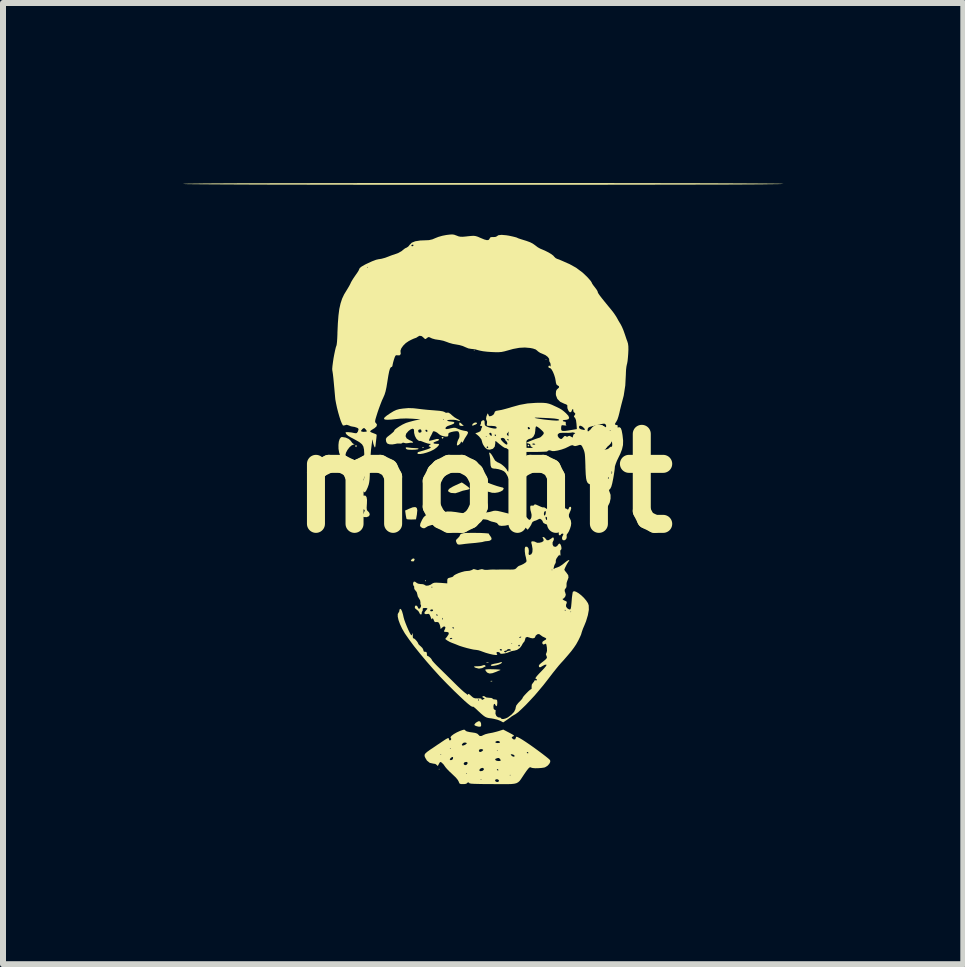
<source format=kicad_pcb>
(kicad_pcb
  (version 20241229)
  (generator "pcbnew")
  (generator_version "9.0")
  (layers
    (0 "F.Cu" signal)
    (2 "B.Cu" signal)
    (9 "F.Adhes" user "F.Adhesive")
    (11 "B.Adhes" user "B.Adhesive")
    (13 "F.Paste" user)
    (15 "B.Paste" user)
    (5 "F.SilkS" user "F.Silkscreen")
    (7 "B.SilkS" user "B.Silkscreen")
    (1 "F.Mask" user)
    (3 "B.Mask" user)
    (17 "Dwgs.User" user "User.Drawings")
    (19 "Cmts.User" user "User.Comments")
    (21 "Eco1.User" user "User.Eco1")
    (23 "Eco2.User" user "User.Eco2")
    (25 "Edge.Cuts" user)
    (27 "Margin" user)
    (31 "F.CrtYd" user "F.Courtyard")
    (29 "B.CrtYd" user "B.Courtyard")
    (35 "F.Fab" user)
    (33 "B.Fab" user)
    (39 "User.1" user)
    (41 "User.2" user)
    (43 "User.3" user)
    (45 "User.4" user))
  (footprint "mohit"
    (layer "F.Cu")
    (at 5 5)
    (property "Reference" "mohit" (at 0 0 0) (layer "F.SilkS") (effects (font (size 1.5 1.5) (thickness 0.3))))
    (attr board_only exclude_from_pos_files exclude_from_bom)
    (fp_poly (pts (xy -0.727 4.765) (xy -0.734 4.772) (xy -0.741 4.765) (xy -0.734 4.758)) (stroke (width 0) (type solid)) (fill yes) (layer "F.SilkS"))
    (fp_poly (pts (xy -0.142 -2.215) (xy -0.15 -2.208) (xy -0.157 -2.215) (xy -0.15 -2.222)) (stroke (width 0) (type solid)) (fill yes) (layer "F.SilkS"))
    (fp_poly (pts (xy 1.054 -2.058) (xy 1.047 -2.051) (xy 1.04 -2.058) (xy 1.047 -2.066)) (stroke (width 0) (type solid)) (fill yes) (layer "F.SilkS"))
    (fp_poly (pts (xy -0.987 -0.593) (xy -0.991 -0.586) (xy -1.006 -0.585) (xy -1.021 -0.589) (xy -1.014 -0.594) (xy -0.992 -0.596)) (stroke (width 0) (type solid)) (fill yes) (layer "F.SilkS"))
    (fp_poly (pts (xy -0.959 1.615) (xy -0.958 1.631) (xy -0.959 1.634) (xy -0.968 1.632) (xy -0.969 1.624) (xy -0.963 1.612)) (stroke (width 0) (type solid)) (fill yes) (layer "F.SilkS"))
    (fp_poly (pts (xy 0.089 2.982) (xy 0.091 2.987) (xy 0.071 2.989) (xy 0.051 2.987) (xy 0.053 2.982) (xy 0.083 2.98)) (stroke (width 0) (type solid)) (fill yes) (layer "F.SilkS"))
    (fp_poly (pts (xy 0.153 3.296) (xy 0.149 3.303) (xy 0.134 3.304) (xy 0.119 3.3) (xy 0.126 3.295) (xy 0.148 3.294)) (stroke (width 0) (type solid)) (fill yes) (layer "F.SilkS"))
    (fp_poly (pts (xy -2.11 -0.631) (xy -2.108 -0.621) (xy -2.113 -0.6) (xy -2.125 -0.606) (xy -2.129 -0.612) (xy -2.127 -0.63) (xy -2.123 -0.634)) (stroke (width 0) (type solid)) (fill yes) (layer "F.SilkS"))
    (fp_poly (pts (xy -0.661 -0.763) (xy -0.662 -0.755) (xy -0.675 -0.741) (xy -0.677 -0.741) (xy -0.688 -0.751) (xy -0.691 -0.755) (xy -0.688 -0.767) (xy -0.677 -0.769)) (stroke (width 0) (type solid)) (fill yes) (layer "F.SilkS"))
    (fp_poly (pts (xy 0.673 -0.494) (xy 0.674 -0.489) (xy 0.652 -0.487) (xy 0.648 -0.487) (xy 0.626 -0.489) (xy 0.628 -0.494) (xy 0.631 -0.494) (xy 0.662 -0.496)) (stroke (width 0) (type solid)) (fill yes) (layer "F.SilkS"))
    (fp_poly (pts (xy 0.769 -0.63) (xy 0.769 -0.627) (xy 0.758 -0.613) (xy 0.755 -0.613) (xy 0.741 -0.623) (xy 0.741 -0.627) (xy 0.752 -0.641) (xy 0.755 -0.641)) (stroke (width 0) (type solid)) (fill yes) (layer "F.SilkS"))
    (fp_poly (pts (xy -1.142 1.272) (xy -1.142 1.277) (xy -1.157 1.302) (xy -1.187 1.303) (xy -1.194 1.301) (xy -1.205 1.29) (xy -1.195 1.274) (xy -1.172 1.256) (xy -1.151 1.256)) (stroke (width 0) (type solid)) (fill yes) (layer "F.SilkS"))
    (fp_poly (pts (xy -0.376 -1.003) (xy -0.353 -0.983) (xy -0.322 -0.954) (xy -0.361 -0.954) (xy -0.39 -0.96) (xy -0.399 -0.981) (xy -0.399 -0.983) (xy -0.396 -1.006) (xy -0.391 -1.011)) (stroke (width 0) (type solid)) (fill yes) (layer "F.SilkS"))
    (fp_poly (pts (xy -0.103 -1.005) (xy -0.104 -0.99) (xy -0.125 -0.977) (xy -0.156 -0.965) (xy -0.167 -0.96) (xy -0.183 -0.96) (xy -0.185 -0.965) (xy -0.173 -0.989) (xy -0.145 -1.007) (xy -0.125 -1.011)) (stroke (width 0) (type solid)) (fill yes) (layer "F.SilkS"))
    (fp_poly (pts (xy -0.052 3.969) (xy -0.037 3.996) (xy -0.034 4.014) (xy -0.034 4.044) (xy -0.045 4.057) (xy -0.075 4.057) (xy -0.107 4.05) (xy -0.14 4.037) (xy -0.146 4.019) (xy -0.124 3.994) (xy -0.119 3.99) (xy -0.08 3.967)) (stroke (width 0) (type solid)) (fill yes) (layer "F.SilkS"))
    (fp_poly (pts (xy 0.029 3.034) (xy 0.043 3.047) (xy 0.042 3.051) (xy -0.018 3.082) (xy -0.071 3.09) (xy -0.125 3.077) (xy -0.151 3.063) (xy -0.151 3.055) (xy -0.123 3.051) (xy -0.093 3.051) (xy -0.05 3.048) (xy -0.017 3.041) (xy -0.01 3.037) (xy 0.018 3.03)) (stroke (width 0) (type solid)) (fill yes) (layer "F.SilkS"))
    (fp_poly (pts (xy 0.311 2.993) (xy 0.295 3.007) (xy 0.262 3.022) (xy 0.221 3.034) (xy 0.18 3.042) (xy 0.146 3.045) (xy 0.129 3.039) (xy 0.128 3.036) (xy 0.132 3.026) (xy 0.149 3.018) (xy 0.184 3.009) (xy 0.228 3.001) (xy 0.267 2.992) (xy 0.29 2.984) (xy 0.31 2.98)) (stroke (width 0) (type solid)) (fill yes) (layer "F.SilkS"))
    (fp_poly (pts (xy -1.106 0.413) (xy -1.097 0.45) (xy -1.103 0.51) (xy -1.103 0.516) (xy -1.119 0.603) (xy -1.194 0.606) (xy -1.237 0.605) (xy -1.268 0.601) (xy -1.276 0.597) (xy -1.281 0.578) (xy -1.288 0.541) (xy -1.291 0.521) (xy -1.3 0.456) (xy -1.238 0.428) (xy -1.174 0.403) (xy -1.131 0.398)) (stroke (width 0) (type solid)) (fill yes) (layer "F.SilkS"))
    (fp_poly (pts (xy -1.243 -0.593) (xy -1.192 -0.587) (xy -1.136 -0.584) (xy -1.128 -0.584) (xy -1.09 -0.581) (xy -1.075 -0.573) (xy -1.076 -0.57) (xy -1.093 -0.563) (xy -1.131 -0.558) (xy -1.181 -0.556) (xy -1.182 -0.556) (xy -1.236 -0.557) (xy -1.269 -0.562) (xy -1.285 -0.573) (xy -1.288 -0.579) (xy -1.29 -0.593) (xy -1.276 -0.597)) (stroke (width 0) (type solid)) (fill yes) (layer "F.SilkS"))
    (fp_poly (pts (xy 0.206 3.102) (xy 0.26 3.105) (xy 0.287 3.109) (xy 0.287 3.114) (xy 0.285 3.115) (xy 0.257 3.126) (xy 0.22 3.142) (xy 0.218 3.143) (xy 0.155 3.166) (xy 0.109 3.172) (xy 0.075 3.161) (xy 0.059 3.148) (xy 0.04 3.123) (xy 0.035 3.107) (xy 0.035 3.107) (xy 0.051 3.103) (xy 0.087 3.1) (xy 0.123 3.1)) (stroke (width 0) (type solid)) (fill yes) (layer "F.SilkS"))
    (fp_poly (pts (xy -0.289 0.033) (xy -0.253 0.06) (xy -0.23 0.082) (xy -0.225 0.093) (xy -0.239 0.103) (xy -0.272 0.112) (xy -0.288 0.115) (xy -0.339 0.126) (xy -0.387 0.143) (xy -0.395 0.147) (xy -0.463 0.168) (xy -0.533 0.163) (xy -0.552 0.156) (xy -0.581 0.138) (xy -0.583 0.116) (xy -0.559 0.089) (xy -0.507 0.058) (xy -0.47 0.04) (xy -0.356 -0.012)) (stroke (width 0) (type solid)) (fill yes) (layer "F.SilkS"))
    (fp_poly (pts (xy 0.056 -0.022) (xy 0.065 -0.015) (xy 0.085 -0.005) (xy 0.124 0.011) (xy 0.174 0.029) (xy 0.227 0.047) (xy 0.276 0.061) (xy 0.311 0.07) (xy 0.321 0.071) (xy 0.34 0.082) (xy 0.342 0.091) (xy 0.329 0.117) (xy 0.295 0.138) (xy 0.249 0.154) (xy 0.197 0.162) (xy 0.147 0.16) (xy 0.114 0.15) (xy 0.067 0.139) (xy -0.002 0.145) (xy -0.071 0.161) (xy -0.102 0.163) (xy -0.124 0.161) (xy -0.16 0.146) (xy -0.178 0.125) (xy -0.177 0.103) (xy -0.156 0.088) (xy -0.135 0.085) (xy -0.102 0.074) (xy -0.06 0.043) (xy -0.044 0.028) (xy -0.001 -0.01) (xy 0.031 -0.027)) (stroke (width 0) (type solid)) (fill yes) (layer "F.SilkS"))
    (fp_poly (pts (xy -1.962 0.208) (xy -1.943 0.231) (xy -1.935 0.278) (xy -1.937 0.35) (xy -1.938 0.356) (xy -1.941 0.413) (xy -1.937 0.446) (xy -1.928 0.46) (xy -1.906 0.482) (xy -1.895 0.498) (xy -1.89 0.529) (xy -1.907 0.553) (xy -1.94 0.566) (xy -1.983 0.565) (xy -2.016 0.556) (xy -2.031 0.546) (xy -2.026 0.542) (xy -2.009 0.53) (xy -1.991 0.501) (xy -1.977 0.467) (xy -1.974 0.449) (xy -1.986 0.439) (xy -2.015 0.434) (xy -2.015 0.434) (xy -2.05 0.427) (xy -2.08 0.4) (xy -2.09 0.386) (xy -2.111 0.35) (xy -2.121 0.32) (xy -2.122 0.315) (xy -2.109 0.29) (xy -2.08 0.259) (xy -2.042 0.23) (xy -2.003 0.21) (xy -1.993 0.207)) (stroke (width 0) (type solid)) (fill yes) (layer "F.SilkS"))
    (fp_poly (pts (xy -0.105 0.829) (xy -0.039 0.83) (xy 0.019 0.833) (xy 0.065 0.836) (xy 0.092 0.84) (xy 0.096 0.843) (xy 0.102 0.859) (xy 0.119 0.881) (xy 0.14 0.916) (xy 0.135 0.944) (xy 0.105 0.96) (xy 0.08 0.964) (xy 0.037 0.968) (xy 0.005 0.975) (xy 0.001 0.977) (xy -0.022 0.982) (xy -0.067 0.988) (xy -0.124 0.995) (xy -0.157 0.998) (xy -0.225 1.004) (xy -0.292 1.011) (xy -0.345 1.018) (xy -0.359 1.02) (xy -0.4 1.024) (xy -0.423 1.02) (xy -0.437 1.005) (xy -0.444 0.99) (xy -0.454 0.962) (xy -0.447 0.941) (xy -0.423 0.918) (xy -0.397 0.89) (xy -0.385 0.866) (xy -0.385 0.863) (xy -0.371 0.846) (xy -0.329 0.834) (xy -0.324 0.833) (xy -0.288 0.83) (xy -0.235 0.829) (xy -0.173 0.828)) (stroke (width 0) (type solid)) (fill yes) (layer "F.SilkS"))
    (fp_poly (pts (xy 0.118 -0.501) (xy 0.121 -0.499) (xy 0.143 -0.472) (xy 0.166 -0.433) (xy 0.173 -0.42) (xy 0.199 -0.376) (xy 0.235 -0.35) (xy 0.252 -0.343) (xy 0.288 -0.325) (xy 0.328 -0.296) (xy 0.364 -0.263) (xy 0.39 -0.232) (xy 0.399 -0.212) (xy 0.41 -0.197) (xy 0.427 -0.185) (xy 0.45 -0.167) (xy 0.456 -0.155) (xy 0.464 -0.137) (xy 0.486 -0.105) (xy 0.507 -0.078) (xy 0.534 -0.042) (xy 0.551 -0.014) (xy 0.553 -0.004) (xy 0.537 0.002) (xy 0.505 0.003) (xy 0.501 0.003) (xy 0.463 -0.008) (xy 0.446 -0.026) (xy 0.436 -0.052) (xy 0.417 -0.092) (xy 0.404 -0.121) (xy 0.377 -0.168) (xy 0.348 -0.197) (xy 0.31 -0.216) (xy 0.259 -0.232) (xy 0.208 -0.241) (xy 0.197 -0.241) (xy 0.158 -0.246) (xy 0.135 -0.261) (xy 0.124 -0.294) (xy 0.12 -0.348) (xy 0.12 -0.349) (xy 0.117 -0.403) (xy 0.11 -0.455) (xy 0.107 -0.47) (xy 0.1 -0.502) (xy 0.103 -0.511)) (stroke (width 0) (type solid)) (fill yes) (layer "F.SilkS"))
    (fp_poly (pts (xy 0.517 -5) (xy 1.005 -5) (xy 1.466 -5) (xy 1.899 -5) (xy 2.303 -4.999) (xy 2.679 -4.999) (xy 3.028 -4.998) (xy 3.348 -4.998) (xy 3.639 -4.997) (xy 3.903 -4.996) (xy 4.138 -4.995) (xy 4.345 -4.994) (xy 4.524 -4.993) (xy 4.674 -4.992) (xy 4.796 -4.991) (xy 4.89 -4.99) (xy 4.955 -4.989) (xy 4.991 -4.987) (xy 5 -4.986) (xy 4.986 -4.985) (xy 4.943 -4.983) (xy 4.872 -4.982) (xy 4.773 -4.981) (xy 4.645 -4.979) (xy 4.488 -4.978) (xy 4.304 -4.977) (xy 4.091 -4.976) (xy 3.849 -4.976) (xy 3.58 -4.975) (xy 3.282 -4.974) (xy 2.956 -4.974) (xy 2.602 -4.973) (xy 2.22 -4.973) (xy 1.809 -4.972) (xy 1.371 -4.972) (xy 0.904 -4.972) (xy 0.41 -4.972) (xy 0 -4.972) (xy -0.517 -4.972) (xy -1.005 -4.972) (xy -1.466 -4.972) (xy -1.899 -4.972) (xy -2.303 -4.973) (xy -2.679 -4.973) (xy -3.028 -4.974) (xy -3.348 -4.974) (xy -3.639 -4.975) (xy -3.903 -4.976) (xy -4.138 -4.977) (xy -4.345 -4.978) (xy -4.524 -4.979) (xy -4.674 -4.98) (xy -4.796 -4.981) (xy -4.89 -4.982) (xy -4.955 -4.983) (xy -4.991 -4.985) (xy -5 -4.986) (xy -4.986 -4.987) (xy -4.943 -4.989) (xy -4.872 -4.99) (xy -4.773 -4.991) (xy -4.645 -4.993) (xy -4.488 -4.994) (xy -4.304 -4.995) (xy -4.091 -4.996) (xy -3.849 -4.996) (xy -3.58 -4.997) (xy -3.282 -4.998) (xy -2.956 -4.998) (xy -2.602 -4.999) (xy -2.22 -4.999) (xy -1.809 -5) (xy -1.371 -5) (xy -0.904 -5) (xy -0.41 -5) (xy 0 -5)) (stroke (width 0) (type solid)) (fill yes) (layer "F.SilkS"))
    (fp_poly (pts (xy 0.88 0.357) (xy 0.919 0.374) (xy 0.926 0.377) (xy 0.965 0.395) (xy 0.994 0.404) (xy 1.002 0.403) (xy 1.019 0.404) (xy 1.036 0.414) (xy 1.101 0.454) (xy 1.166 0.471) (xy 1.225 0.463) (xy 1.236 0.458) (xy 1.289 0.435) (xy 1.337 0.422) (xy 1.373 0.42) (xy 1.386 0.426) (xy 1.41 0.441) (xy 1.423 0.432) (xy 1.425 0.422) (xy 1.436 0.4) (xy 1.446 0.394) (xy 1.463 0.396) (xy 1.467 0.419) (xy 1.457 0.455) (xy 1.446 0.479) (xy 1.428 0.526) (xy 1.43 0.562) (xy 1.446 0.59) (xy 1.461 0.623) (xy 1.467 0.666) (xy 1.467 0.67) (xy 1.462 0.71) (xy 1.447 0.759) (xy 1.427 0.805) (xy 1.407 0.838) (xy 1.398 0.847) (xy 1.39 0.865) (xy 1.392 0.883) (xy 1.391 0.915) (xy 1.375 0.94) (xy 1.351 0.953) (xy 1.328 0.949) (xy 1.315 0.931) (xy 1.315 0.901) (xy 1.323 0.882) (xy 1.337 0.854) (xy 1.333 0.842) (xy 1.318 0.84) (xy 1.299 0.848) (xy 1.296 0.855) (xy 1.285 0.867) (xy 1.275 0.869) (xy 1.262 0.863) (xy 1.259 0.841) (xy 1.262 0.812) (xy 1.265 0.771) (xy 1.257 0.755) (xy 1.255 0.755) (xy 1.242 0.767) (xy 1.239 0.779) (xy 1.236 0.792) (xy 1.224 0.787) (xy 1.206 0.772) (xy 1.174 0.75) (xy 1.145 0.741) (xy 1.113 0.731) (xy 1.091 0.714) (xy 1.058 0.688) (xy 1.032 0.678) (xy 1.006 0.664) (xy 0.997 0.65) (xy 0.987 0.627) (xy 0.971 0.608) (xy 0.948 0.593) (xy 0.926 0.599) (xy 0.918 0.604) (xy 0.88 0.622) (xy 0.855 0.629) (xy 0.824 0.645) (xy 0.813 0.663) (xy 0.799 0.695) (xy 0.776 0.732) (xy 0.774 0.734) (xy 0.743 0.776) (xy 0.71 0.746) (xy 0.677 0.725) (xy 0.63 0.703) (xy 0.603 0.693) (xy 0.557 0.68) (xy 0.521 0.677) (xy 0.481 0.683) (xy 0.447 0.691) (xy 0.366 0.708) (xy 0.304 0.712) (xy 0.263 0.704) (xy 0.247 0.685) (xy 0.229 0.664) (xy 0.187 0.65) (xy 0.18 0.649) (xy 0.134 0.638) (xy 0.096 0.623) (xy 0.09 0.619) (xy 0.07 0.611) (xy 0.038 0.605) (xy -0.011 0.601) (xy -0.08 0.599) (xy -0.172 0.599) (xy -0.292 0.601) (xy -0.388 0.607) (xy -0.463 0.617) (xy -0.523 0.633) (xy -0.571 0.655) (xy -0.602 0.675) (xy -0.635 0.697) (xy -0.664 0.704) (xy -0.702 0.699) (xy -0.711 0.697) (xy -0.784 0.689) (xy -0.857 0.697) (xy -0.921 0.717) (xy -0.943 0.731) (xy -0.975 0.75) (xy -1.002 0.75) (xy -1.018 0.744) (xy -1.043 0.727) (xy -1.052 0.705) (xy -1.045 0.67) (xy -1.021 0.618) (xy -1.019 0.613) (xy -0.993 0.57) (xy -0.965 0.542) (xy -0.927 0.528) (xy -0.872 0.523) (xy -0.831 0.523) (xy -0.755 0.519) (xy -0.695 0.501) (xy -0.689 0.498) (xy -0.646 0.481) (xy -0.596 0.472) (xy -0.534 0.473) (xy -0.454 0.482) (xy -0.393 0.492) (xy -0.335 0.5) (xy -0.288 0.505) (xy -0.258 0.505) (xy -0.253 0.504) (xy -0.218 0.493) (xy -0.156 0.488) (xy -0.065 0.487) (xy -0.064 0.487) (xy 0.004 0.488) (xy 0.052 0.487) (xy 0.086 0.484) (xy 0.115 0.478) (xy 0.147 0.469) (xy 0.176 0.461) (xy 0.206 0.459) (xy 0.243 0.463) (xy 0.296 0.475) (xy 0.332 0.484) (xy 0.463 0.517) (xy 0.513 0.486) (xy 0.562 0.462) (xy 0.602 0.458) (xy 0.64 0.476) (xy 0.681 0.518) (xy 0.695 0.535) (xy 0.728 0.574) (xy 0.754 0.602) (xy 0.77 0.613) (xy 0.77 0.613) (xy 0.791 0.6) (xy 0.798 0.582) (xy 1.04 0.582) (xy 1.048 0.607) (xy 1.061 0.613) (xy 1.079 0.624) (xy 1.083 0.641) (xy 1.092 0.664) (xy 1.104 0.67) (xy 1.123 0.66) (xy 1.125 0.652) (xy 1.119 0.628) (xy 1.098 0.601) (xy 1.072 0.578) (xy 1.049 0.56) (xy 1.041 0.562) (xy 1.04 0.582) (xy 0.798 0.582) (xy 0.804 0.569) (xy 0.807 0.529) (xy 0.803 0.508) (xy 1.012 0.508) (xy 1.014 0.532) (xy 1.024 0.541) (xy 1.035 0.529) (xy 1.043 0.5) (xy 1.044 0.471) (xy 1.033 0.465) (xy 1.03 0.466) (xy 1.017 0.482) (xy 1.012 0.508) (xy 0.803 0.508) (xy 0.8 0.493) (xy 0.788 0.448) (xy 0.784 0.407) (xy 0.787 0.379) (xy 0.801 0.373) (xy 0.813 0.375) (xy 0.841 0.373) (xy 0.85 0.363) (xy 0.859 0.353)) (stroke (width 0) (type solid)) (fill yes) (layer "F.SilkS"))
    (fp_poly (pts (xy -1.16 -1.248) (xy -1.091 -1.24) (xy -1.017 -1.231) (xy -0.93 -1.222) (xy -0.843 -1.215) (xy -0.807 -1.212) (xy -0.725 -1.205) (xy -0.671 -1.196) (xy -0.644 -1.186) (xy -0.642 -1.184) (xy -0.62 -1.172) (xy -0.601 -1.174) (xy -0.575 -1.174) (xy -0.543 -1.153) (xy -0.525 -1.136) (xy -0.485 -1.102) (xy -0.442 -1.075) (xy -0.431 -1.07) (xy -0.4 -1.054) (xy -0.385 -1.04) (xy -0.385 -1.039) (xy -0.396 -1.035) (xy -0.423 -1.043) (xy -0.425 -1.044) (xy -0.455 -1.052) (xy -0.493 -1.056) (xy -0.534 -1.056) (xy -0.571 -1.054) (xy -0.595 -1.049) (xy -0.6 -1.041) (xy -0.597 -1.039) (xy -0.569 -1.03) (xy -0.532 -1.026) (xy -0.493 -1.021) (xy -0.479 -1.008) (xy -0.49 -0.991) (xy -0.526 -0.975) (xy -0.544 -0.969) (xy -0.592 -0.952) (xy -0.621 -0.932) (xy -0.628 -0.911) (xy -0.622 -0.902) (xy -0.605 -0.901) (xy -0.57 -0.906) (xy -0.544 -0.913) (xy -0.498 -0.922) (xy -0.465 -0.922) (xy -0.43 -0.91) (xy -0.418 -0.904) (xy -0.37 -0.886) (xy -0.321 -0.874) (xy -0.313 -0.873) (xy -0.27 -0.865) (xy -0.252 -0.849) (xy -0.258 -0.822) (xy -0.278 -0.789) (xy -0.305 -0.747) (xy -0.325 -0.709) (xy -0.33 -0.699) (xy -0.342 -0.676) (xy -0.352 -0.678) (xy -0.357 -0.684) (xy -0.367 -0.697) (xy -0.37 -0.685) (xy -0.381 -0.662) (xy -0.406 -0.638) (xy -0.432 -0.627) (xy -0.432 -0.627) (xy -0.438 -0.638) (xy -0.435 -0.666) (xy -0.426 -0.7) (xy -0.413 -0.73) (xy -0.406 -0.741) (xy -0.396 -0.768) (xy -0.395 -0.805) (xy -0.402 -0.84) (xy -0.416 -0.862) (xy -0.418 -0.863) (xy -0.448 -0.866) (xy -0.489 -0.861) (xy -0.53 -0.852) (xy -0.564 -0.84) (xy -0.579 -0.827) (xy -0.579 -0.826) (xy -0.582 -0.794) (xy -0.582 -0.787) (xy -0.596 -0.777) (xy -0.626 -0.776) (xy -0.665 -0.783) (xy -0.702 -0.795) (xy -0.73 -0.812) (xy -0.768 -0.843) (xy -0.804 -0.861) (xy -0.829 -0.865) (xy -0.837 -0.858) (xy -0.847 -0.835) (xy -0.865 -0.798) (xy -0.877 -0.777) (xy -0.894 -0.739) (xy -0.902 -0.714) (xy -0.9 -0.707) (xy -0.882 -0.708) (xy -0.847 -0.716) (xy -0.822 -0.723) (xy -0.774 -0.736) (xy -0.746 -0.735) (xy -0.738 -0.73) (xy -0.737 -0.717) (xy -0.76 -0.704) (xy -0.781 -0.697) (xy -0.82 -0.681) (xy -0.83 -0.668) (xy -0.813 -0.658) (xy -0.775 -0.655) (xy -0.743 -0.654) (xy -0.734 -0.647) (xy -0.744 -0.627) (xy -0.747 -0.622) (xy -0.773 -0.595) (xy -0.812 -0.566) (xy -0.825 -0.558) (xy -0.88 -0.531) (xy -0.938 -0.51) (xy -0.995 -0.494) (xy -1.044 -0.486) (xy -1.08 -0.486) (xy -1.096 -0.496) (xy -1.097 -0.499) (xy -1.086 -0.516) (xy -1.079 -0.519) (xy -0.994 -0.544) (xy -0.933 -0.563) (xy -0.895 -0.578) (xy -0.876 -0.589) (xy -0.873 -0.597) (xy -0.884 -0.605) (xy -0.889 -0.607) (xy -0.908 -0.616) (xy -0.902 -0.627) (xy -0.89 -0.636) (xy -0.872 -0.651) (xy -0.879 -0.655) (xy -0.894 -0.655) (xy -0.924 -0.661) (xy -0.967 -0.675) (xy -0.989 -0.683) (xy -1.026 -0.698) (xy -1.05 -0.705) (xy -1.054 -0.704) (xy -1.065 -0.704) (xy -1.084 -0.713) (xy -1.113 -0.741) (xy -1.137 -0.787) (xy -1.15 -0.837) (xy -1.151 -0.866) (xy -1.151 -0.869) (xy -1.083 -0.869) (xy -1.073 -0.845) (xy -1.054 -0.84) (xy -1.03 -0.851) (xy -1.026 -0.869) (xy -1.028 -0.874) (xy -0.963 -0.874) (xy -0.951 -0.858) (xy -0.939 -0.855) (xy -0.926 -0.864) (xy -0.926 -0.867) (xy -0.935 -0.887) (xy -0.955 -0.89) (xy -0.957 -0.889) (xy -0.963 -0.874) (xy -1.028 -0.874) (xy -1.036 -0.893) (xy -1.054 -0.897) (xy -1.078 -0.887) (xy -1.083 -0.869) (xy -1.151 -0.869) (xy -1.155 -0.898) (xy -1.175 -0.908) (xy -1.208 -0.896) (xy -1.245 -0.868) (xy -1.283 -0.824) (xy -1.293 -0.783) (xy -1.275 -0.746) (xy -1.229 -0.717) (xy -1.213 -0.711) (xy -1.182 -0.696) (xy -1.168 -0.682) (xy -1.168 -0.681) (xy -1.178 -0.672) (xy -1.186 -0.673) (xy -1.212 -0.674) (xy -1.245 -0.668) (xy -1.286 -0.664) (xy -1.312 -0.67) (xy -1.338 -0.676) (xy -1.347 -0.668) (xy -1.367 -0.659) (xy -1.393 -0.66) (xy -1.434 -0.66) (xy -1.47 -0.652) (xy -1.514 -0.645) (xy -1.559 -0.647) (xy -1.595 -0.659) (xy -1.612 -0.682) (xy -1.618 -0.701) (xy -1.621 -0.737) (xy -1.606 -0.762) (xy -1.594 -0.773) (xy -1.541 -0.814) (xy -1.508 -0.842) (xy -1.489 -0.86) (xy -1.482 -0.872) (xy -1.482 -0.876) (xy -1.47 -0.893) (xy -1.439 -0.917) (xy -1.396 -0.946) (xy -1.348 -0.974) (xy -1.3 -0.997) (xy -1.278 -1.006) (xy -1.229 -1.021) (xy -1.169 -1.037) (xy -1.133 -1.046) (xy -1.058 -1.061) (xy -0.67 -1.061) (xy -0.662 -1.054) (xy -0.655 -1.061) (xy -0.662 -1.068) (xy -0.67 -1.061) (xy -1.058 -1.061) (xy -1.047 -1.064) (xy -1.182 -1.074) (xy -1.279 -1.078) (xy -1.378 -1.075) (xy -1.438 -1.069) (xy -1.532 -1.059) (xy -1.599 -1.056) (xy -1.639 -1.06) (xy -1.653 -1.073) (xy -1.643 -1.094) (xy -1.608 -1.124) (xy -1.551 -1.163) (xy -1.494 -1.198) (xy -1.447 -1.22) (xy -1.398 -1.234) (xy -1.335 -1.243) (xy -1.246 -1.251)) (stroke (width 0) (type solid)) (fill yes) (layer "F.SilkS"))
    (fp_poly (pts (xy 0.433 4.157) (xy 0.481 4.183) (xy 0.507 4.199) (xy 0.513 4.21) (xy 0.504 4.217) (xy 0.499 4.219) (xy 0.477 4.231) (xy 0.48 4.247) (xy 0.484 4.252) (xy 0.511 4.272) (xy 0.534 4.267) (xy 0.544 4.245) (xy 0.548 4.229) (xy 0.558 4.225) (xy 0.579 4.233) (xy 0.615 4.252) (xy 0.657 4.277) (xy 0.712 4.313) (xy 0.777 4.357) (xy 0.846 4.406) (xy 0.916 4.457) (xy 0.982 4.506) (xy 1.039 4.55) (xy 1.084 4.586) (xy 1.111 4.611) (xy 1.116 4.618) (xy 1.118 4.645) (xy 1.101 4.678) (xy 1.071 4.71) (xy 1.033 4.733) (xy 1.019 4.738) (xy 0.973 4.745) (xy 0.919 4.749) (xy 0.866 4.75) (xy 0.824 4.746) (xy 0.802 4.74) (xy 0.787 4.733) (xy 0.772 4.737) (xy 0.752 4.756) (xy 0.723 4.793) (xy 0.685 4.848) (xy 0.653 4.896) (xy 0.628 4.934) (xy 0.606 4.963) (xy 0.582 4.984) (xy 0.554 4.999) (xy 0.518 5.008) (xy 0.469 5.013) (xy 0.405 5.015) (xy 0.321 5.015) (xy 0.213 5.015) (xy 0.166 5.014) (xy 0.038 5.014) (xy -0.066 5.012) (xy -0.145 5.01) (xy -0.199 5.007) (xy -0.225 5.002) (xy -0.228 5) (xy -0.239 4.988) (xy -0.249 4.986) (xy -0.268 4.994) (xy -0.271 5) (xy -0.283 5.009) (xy -0.316 5.014) (xy -0.334 5.014) (xy -0.373 5.013) (xy -0.394 5.004) (xy -0.404 4.983) (xy -0.406 4.975) (xy -0.417 4.955) (xy 0.198 4.955) (xy 0.211 4.973) (xy 0.217 4.976) (xy 0.248 4.98) (xy 0.263 4.963) (xy 0.264 4.956) (xy 0.251 4.939) (xy 0.231 4.932) (xy 0.207 4.937) (xy 0.198 4.955) (xy -0.417 4.955) (xy -0.422 4.945) (xy -0.43 4.936) (xy -0.043 4.936) (xy -0.036 4.943) (xy -0.028 4.936) (xy -0.036 4.929) (xy -0.043 4.936) (xy -0.43 4.936) (xy -0.457 4.903) (xy -0.497 4.865) (xy 0.442 4.865) (xy 0.449 4.872) (xy 0.456 4.865) (xy 0.449 4.858) (xy 0.442 4.865) (xy -0.497 4.865) (xy -0.507 4.855) (xy -0.512 4.851) (xy -0.527 4.836) (xy -0.285 4.836) (xy -0.278 4.844) (xy -0.271 4.836) (xy -0.278 4.829) (xy -0.285 4.836) (xy -0.527 4.836) (xy -0.559 4.807) (xy -0.578 4.787) (xy -0.064 4.787) (xy -0.062 4.791) (xy -0.042 4.8) (xy -0.01 4.793) (xy -0.008 4.792) (xy 0.011 4.775) (xy 0.011 4.771) (xy 0.228 4.771) (xy 0.238 4.786) (xy 0.242 4.787) (xy 0.256 4.782) (xy 0.256 4.78) (xy 0.246 4.768) (xy 0.242 4.765) (xy 0.229 4.766) (xy 0.228 4.771) (xy 0.011 4.771) (xy 0.011 4.755) (xy -0.009 4.744) (xy -0.013 4.744) (xy -0.039 4.751) (xy -0.059 4.769) (xy -0.064 4.787) (xy -0.578 4.787) (xy -0.6 4.765) (xy -0.629 4.731) (xy -0.635 4.722) (xy -0.663 4.683) (xy -0.674 4.673) (xy -0.325 4.673) (xy -0.32 4.688) (xy -0.3 4.699) (xy -0.275 4.692) (xy -0.26 4.671) (xy -0.259 4.669) (xy -0.264 4.648) (xy -0.283 4.644) (xy -0.313 4.652) (xy -0.325 4.673) (xy -0.674 4.673) (xy -0.693 4.654) (xy -0.714 4.645) (xy -0.725 4.656) (xy -0.74 4.683) (xy -0.753 4.708) (xy -0.763 4.709) (xy -0.771 4.697) (xy -0.797 4.678) (xy -0.831 4.673) (xy -0.89 4.66) (xy -0.937 4.622) (xy -0.948 4.603) (xy -0.556 4.603) (xy -0.546 4.615) (xy -0.525 4.613) (xy -0.51 4.602) (xy 0.2 4.602) (xy 0.206 4.615) (xy 0.226 4.626) (xy 0.258 4.63) (xy 0.286 4.628) (xy 0.292 4.617) (xy 0.285 4.601) (xy 0.264 4.579) (xy 0.238 4.581) (xy 0.208 4.592) (xy 0.2 4.602) (xy -0.51 4.602) (xy -0.507 4.6) (xy -0.504 4.594) (xy -0.501 4.57) (xy -0.504 4.563) (xy -0.519 4.564) (xy -0.54 4.578) (xy -0.554 4.597) (xy -0.556 4.603) (xy -0.948 4.603) (xy -0.963 4.579) (xy -0.975 4.551) (xy -0.976 4.527) (xy -0.974 4.523) (xy -0.712 4.523) (xy -0.705 4.53) (xy -0.698 4.523) (xy -0.704 4.517) (xy 0.461 4.517) (xy 0.462 4.527) (xy 0.469 4.536) (xy 0.491 4.553) (xy 0.513 4.558) (xy 0.524 4.55) (xy 0.524 4.541) (xy 0.506 4.525) (xy 0.484 4.518) (xy 0.461 4.517) (xy -0.704 4.517) (xy -0.705 4.516) (xy -0.712 4.523) (xy -0.974 4.523) (xy -0.964 4.505) (xy -0.944 4.487) (xy 0.727 4.487) (xy 0.737 4.501) (xy 0.741 4.502) (xy 0.755 4.497) (xy 0.755 4.495) (xy 0.745 4.483) (xy 0.741 4.48) (xy 0.728 4.481) (xy 0.727 4.487) (xy -0.944 4.487) (xy -0.936 4.479) (xy -0.909 4.46) (xy -0.072 4.46) (xy -0.062 4.477) (xy -0.044 4.479) (xy -0.019 4.468) (xy -0.003 4.452) (xy 0.228 4.452) (xy 0.235 4.459) (xy 0.242 4.452) (xy 0.235 4.445) (xy 0.228 4.452) (xy -0.003 4.452) (xy -0.002 4.451) (xy 0 4.444) (xy -0.012 4.434) (xy -0.036 4.43) (xy -0.064 4.439) (xy -0.072 4.46) (xy -0.909 4.46) (xy -0.889 4.445) (xy -0.856 4.423) (xy -0.556 4.423) (xy -0.548 4.43) (xy -0.541 4.423) (xy -0.548 4.416) (xy -0.556 4.423) (xy -0.856 4.423) (xy -0.855 4.423) (xy -0.795 4.382) (xy -0.754 4.354) (xy -0.355 4.354) (xy -0.352 4.369) (xy -0.333 4.372) (xy -0.303 4.361) (xy -0.291 4.353) (xy -0.272 4.337) (xy -0.277 4.328) (xy -0.289 4.323) (xy -0.32 4.323) (xy -0.335 4.331) (xy -0.355 4.354) (xy -0.754 4.354) (xy -0.729 4.338) (xy -0.693 4.313) (xy 0.203 4.313) (xy 0.21 4.326) (xy 0.242 4.331) (xy 0.275 4.326) (xy 0.281 4.313) (xy 0.264 4.299) (xy 0.242 4.295) (xy 0.214 4.302) (xy 0.203 4.313) (xy -0.693 4.313) (xy -0.678 4.303) (xy -0.627 4.269) (xy -0.595 4.251) (xy -0.577 4.248) (xy -0.57 4.258) (xy -0.57 4.267) (xy -0.561 4.286) (xy -0.543 4.283) (xy -0.533 4.272) (xy -0.534 4.252) (xy -0.541 4.246) (xy -0.544 4.231) (xy -0.525 4.208) (xy -0.489 4.181) (xy -0.44 4.153) (xy -0.392 4.131) (xy -0.346 4.114) (xy -0.319 4.107) (xy -0.305 4.111) (xy -0.298 4.12) (xy -0.274 4.136) (xy -0.223 4.148) (xy -0.192 4.152) (xy -0.134 4.161) (xy -0.099 4.173) (xy -0.081 4.189) (xy -0.057 4.213) (xy -0.026 4.212) (xy 0.004 4.197) (xy 0.037 4.183) (xy 0.084 4.171) (xy 0.105 4.167) (xy 0.159 4.157) (xy 0.222 4.141) (xy 0.254 4.132) (xy 0.335 4.106)) (stroke (width 0) (type solid)) (fill yes) (layer "F.SilkS"))
    (fp_poly (pts (xy 1.026 0.909) (xy 1.04 0.926) (xy 1.061 0.95) (xy 1.09 0.95) (xy 1.13 0.926) (xy 1.131 0.925) (xy 1.157 0.906) (xy 1.17 0.906) (xy 1.177 0.919) (xy 1.177 0.947) (xy 1.17 0.958) (xy 1.156 0.99) (xy 1.158 1.027) (xy 1.173 1.053) (xy 1.203 1.062) (xy 1.233 1.048) (xy 1.248 1.025) (xy 1.266 1.007) (xy 1.279 1.01) (xy 1.293 1.029) (xy 1.302 1.059) (xy 1.305 1.089) (xy 1.299 1.109) (xy 1.294 1.111) (xy 1.285 1.124) (xy 1.286 1.159) (xy 1.286 1.161) (xy 1.288 1.195) (xy 1.282 1.211) (xy 1.28 1.211) (xy 1.273 1.201) (xy 1.275 1.193) (xy 1.273 1.191) (xy 1.257 1.207) (xy 1.248 1.218) (xy 1.224 1.252) (xy 1.211 1.281) (xy 1.211 1.286) (xy 1.21 1.318) (xy 1.204 1.337) (xy 1.197 1.346) (xy 1.186 1.37) (xy 1.177 1.403) (xy 1.173 1.428) (xy 1.177 1.431) (xy 1.178 1.43) (xy 1.199 1.416) (xy 1.234 1.404) (xy 1.235 1.404) (xy 1.271 1.389) (xy 1.315 1.361) (xy 1.344 1.338) (xy 1.381 1.308) (xy 1.411 1.288) (xy 1.431 1.28) (xy 1.436 1.285) (xy 1.425 1.303) (xy 1.407 1.329) (xy 1.386 1.367) (xy 1.367 1.405) (xy 1.355 1.434) (xy 1.353 1.442) (xy 1.362 1.46) (xy 1.384 1.487) (xy 1.389 1.493) (xy 1.417 1.533) (xy 1.422 1.572) (xy 1.405 1.62) (xy 1.402 1.625) (xy 1.39 1.664) (xy 1.389 1.696) (xy 1.39 1.697) (xy 1.387 1.733) (xy 1.374 1.753) (xy 1.358 1.777) (xy 1.36 1.803) (xy 1.367 1.822) (xy 1.377 1.858) (xy 1.369 1.886) (xy 1.365 1.893) (xy 1.347 1.916) (xy 1.336 1.923) (xy 1.323 1.929) (xy 1.33 1.942) (xy 1.352 1.955) (xy 1.36 1.958) (xy 1.389 1.971) (xy 1.394 1.994) (xy 1.382 2.022) (xy 1.38 2.052) (xy 1.398 2.082) (xy 1.429 2.102) (xy 1.441 2.105) (xy 1.452 2.103) (xy 1.46 2.088) (xy 1.466 2.057) (xy 1.471 2.005) (xy 1.474 1.969) (xy 1.479 1.907) (xy 1.486 1.855) (xy 1.492 1.819) (xy 1.496 1.809) (xy 1.516 1.8) (xy 1.549 1.81) (xy 1.59 1.834) (xy 1.635 1.869) (xy 1.679 1.911) (xy 1.717 1.956) (xy 1.746 2) (xy 1.759 2.037) (xy 1.761 2.11) (xy 1.745 2.199) (xy 1.714 2.302) (xy 1.687 2.369) (xy 1.664 2.422) (xy 1.648 2.467) (xy 1.639 2.495) (xy 1.638 2.5) (xy 1.632 2.521) (xy 1.615 2.56) (xy 1.591 2.61) (xy 1.581 2.629) (xy 1.55 2.685) (xy 1.513 2.74) (xy 1.469 2.799) (xy 1.412 2.867) (xy 1.341 2.949) (xy 1.296 2.998) (xy 1.26 3.039) (xy 1.212 3.098) (xy 1.157 3.167) (xy 1.101 3.24) (xy 1.068 3.283) (xy 1.004 3.365) (xy 0.932 3.451) (xy 0.858 3.538) (xy 0.782 3.62) (xy 0.71 3.696) (xy 0.643 3.761) (xy 0.587 3.813) (xy 0.543 3.846) (xy 0.531 3.853) (xy 0.496 3.873) (xy 0.473 3.887) (xy 0.47 3.89) (xy 0.455 3.902) (xy 0.424 3.924) (xy 0.399 3.942) (xy 0.334 3.986) (xy 0.281 3.958) (xy 0.237 3.941) (xy 0.179 3.927) (xy 0.135 3.919) (xy 0.094 3.914) (xy 0.062 3.906) (xy 0.033 3.893) (xy 0.002 3.871) (xy -0.038 3.837) (xy -0.092 3.787) (xy -0.103 3.776) (xy -0.137 3.745) (xy -0.162 3.726) (xy -0.171 3.723) (xy -0.18 3.727) (xy -0.208 3.711) (xy -0.253 3.676) (xy -0.315 3.622) (xy -0.327 3.61) (xy -0.084 3.61) (xy -0.082 3.629) (xy -0.077 3.629) (xy -0.073 3.61) (xy -0.076 3.601) (xy -0.082 3.596) (xy -0.084 3.61) (xy -0.327 3.61) (xy -0.391 3.55) (xy -0.483 3.462) (xy -0.587 3.358) (xy -0.611 3.334) (xy -0.722 3.219) (xy -0.834 3.095) (xy -0.946 2.967) (xy -1.052 2.84) (xy -1.15 2.718) (xy -1.234 2.605) (xy -1.302 2.507) (xy -1.309 2.496) (xy -1.351 2.423) (xy -1.385 2.35) (xy -1.41 2.282) (xy -1.423 2.224) (xy -1.423 2.181) (xy -1.41 2.158) (xy -1.398 2.138) (xy -1.396 2.122) (xy -1.39 2.099) (xy -1.382 2.094) (xy -1.367 2.104) (xy -1.352 2.134) (xy -1.336 2.188) (xy -1.325 2.237) (xy -1.313 2.279) (xy -1.294 2.331) (xy -1.271 2.389) (xy -1.247 2.444) (xy -1.224 2.491) (xy -1.206 2.524) (xy -1.194 2.536) (xy -1.184 2.524) (xy -1.177 2.504) (xy -1.174 2.496) (xy -1.172 2.514) (xy -1.173 2.531) (xy -1.172 2.566) (xy -1.168 2.583) (xy -1.165 2.584) (xy -1.15 2.589) (xy -1.126 2.609) (xy -1.103 2.636) (xy -1.086 2.662) (xy -1.083 2.672) (xy -1.072 2.69) (xy -1.046 2.714) (xy -1.04 2.719) (xy -1.012 2.747) (xy -0.998 2.774) (xy -0.997 2.778) (xy -0.991 2.802) (xy -0.983 2.808) (xy -0.956 2.811) (xy -0.951 2.812) (xy -0.939 2.825) (xy -0.938 2.846) (xy -0.936 2.87) (xy -0.929 2.878) (xy -0.907 2.887) (xy -0.881 2.909) (xy -0.86 2.933) (xy -0.855 2.946) (xy -0.845 2.961) (xy -0.819 2.991) (xy -0.781 3.031) (xy -0.754 3.058) (xy -0.709 3.102) (xy -0.649 3.161) (xy -0.582 3.227) (xy -0.513 3.295) (xy -0.478 3.33) (xy -0.42 3.387) (xy -0.368 3.436) (xy -0.326 3.474) (xy -0.297 3.498) (xy -0.286 3.504) (xy -0.272 3.516) (xy -0.27 3.522) (xy -0.266 3.531) (xy -0.257 3.52) (xy -0.245 3.511) (xy -0.227 3.52) (xy -0.2 3.545) (xy -0.167 3.573) (xy -0.136 3.585) (xy -0.092 3.586) (xy -0.088 3.586) (xy -0.045 3.586) (xy -0.026 3.594) (xy -0.025 3.601) (xy -0.023 3.612) (xy -0.006 3.607) (xy 0.003 3.602) (xy 0.024 3.588) (xy 0.021 3.581) (xy 0.011 3.579) (xy -0.01 3.568) (xy -0.014 3.56) (xy -0.004 3.549) (xy 0.018 3.549) (xy 0.036 3.561) (xy 0.036 3.561) (xy 0.054 3.571) (xy 0.09 3.575) (xy 0.101 3.576) (xy 0.136 3.579) (xy 0.155 3.587) (xy 0.157 3.59) (xy 0.169 3.6) (xy 0.197 3.604) (xy 0.222 3.607) (xy 0.233 3.62) (xy 0.236 3.651) (xy 0.236 3.661) (xy 0.232 3.7) (xy 0.223 3.717) (xy 0.211 3.71) (xy 0.205 3.697) (xy 0.191 3.676) (xy 0.179 3.682) (xy 0.172 3.709) (xy 0.171 3.725) (xy 0.175 3.761) (xy 0.189 3.775) (xy 0.193 3.775) (xy 0.209 3.784) (xy 0.207 3.802) (xy 0.205 3.843) (xy 0.22 3.879) (xy 0.248 3.901) (xy 0.263 3.903) (xy 0.29 3.908) (xy 0.299 3.918) (xy 0.31 3.93) (xy 0.339 3.93) (xy 0.378 3.919) (xy 0.413 3.902) (xy 0.471 3.858) (xy 0.515 3.811) (xy 0.538 3.764) (xy 0.541 3.744) (xy 0.551 3.706) (xy 0.584 3.663) (xy 0.598 3.649) (xy 0.63 3.616) (xy 0.651 3.591) (xy 0.656 3.581) (xy 0.665 3.563) (xy 0.69 3.533) (xy 0.722 3.499) (xy 0.755 3.466) (xy 0.783 3.442) (xy 0.799 3.433) (xy 0.809 3.422) (xy 0.807 3.4) (xy 0.81 3.358) (xy 0.826 3.333) (xy 0.847 3.307) (xy 0.855 3.289) (xy 0.865 3.283) (xy 0.876 3.286) (xy 0.894 3.285) (xy 0.897 3.278) (xy 0.888 3.263) (xy 0.883 3.262) (xy 0.871 3.258) (xy 0.874 3.243) (xy 0.893 3.216) (xy 0.931 3.174) (xy 0.972 3.132) (xy 1.019 3.082) (xy 1.046 3.049) (xy 1.056 3.03) (xy 1.05 3.023) (xy 1.023 3.028) (xy 0.99 3.046) (xy 0.988 3.047) (xy 0.955 3.067) (xy 0.933 3.065) (xy 0.927 3.044) (xy 0.937 3.024) (xy 0.959 3.003) (xy 1.01 2.963) (xy 1.043 2.935) (xy 1.059 2.916) (xy 1.063 2.901) (xy 1.058 2.885) (xy 1.055 2.879) (xy 1.045 2.849) (xy 1.055 2.827) (xy 1.064 2.795) (xy 1.062 2.738) (xy 1.061 2.735) (xy 1.054 2.693) (xy 1.046 2.675) (xy 1.035 2.677) (xy 1.032 2.679) (xy 1.008 2.688) (xy 0.998 2.686) (xy 0.983 2.664) (xy 0.992 2.64) (xy 1.019 2.621) (xy 1.048 2.604) (xy 1.05 2.586) (xy 1.024 2.571) (xy 1.022 2.571) (xy 0.987 2.554) (xy 0.959 2.533) (xy 0.932 2.514) (xy 0.907 2.517) (xy 0.899 2.521) (xy 0.875 2.541) (xy 0.869 2.557) (xy 0.857 2.578) (xy 0.828 2.586) (xy 0.79 2.58) (xy 0.772 2.573) (xy 0.733 2.562) (xy 0.707 2.574) (xy 0.698 2.608) (xy 0.688 2.637) (xy 0.678 2.648) (xy 0.659 2.673) (xy 0.641 2.707) (xy 0.611 2.747) (xy 0.565 2.778) (xy 0.514 2.792) (xy 0.507 2.792) (xy 0.472 2.799) (xy 0.441 2.811) (xy 0.406 2.825) (xy 0.364 2.836) (xy 0.324 2.842) (xy 0.295 2.843) (xy 0.285 2.837) (xy 0.273 2.821) (xy 0.248 2.812) (xy 0.226 2.815) (xy 0.222 2.831) (xy 0.229 2.843) (xy 0.236 2.858) (xy 0.221 2.863) (xy 0.206 2.863) (xy 0.165 2.858) (xy 0.108 2.845) (xy 0.044 2.827) (xy -0.015 2.806) (xy 0.349 2.806) (xy 0.367 2.82) (xy 0.37 2.821) (xy 0.389 2.81) (xy 0.392 2.806) (xy 0.411 2.795) (xy 0.436 2.792) (xy 0.46 2.788) (xy 0.463 2.778) (xy 0.443 2.766) (xy 0.427 2.764) (xy 0.404 2.77) (xy 0.399 2.778) (xy 0.387 2.789) (xy 0.37 2.792) (xy 0.35 2.798) (xy 0.349 2.806) (xy -0.015 2.806) (xy -0.016 2.806) (xy -0.038 2.797) (xy -0.08 2.784) (xy -0.117 2.778) (xy -0.153 2.774) (xy -0.169 2.771) (xy 0.276 2.771) (xy 0.278 2.778) (xy 0.296 2.792) (xy 0.3 2.792) (xy 0.313 2.781) (xy 0.313 2.778) (xy 0.302 2.765) (xy 0.291 2.764) (xy 0.276 2.771) (xy -0.169 2.771) (xy -0.206 2.763) (xy -0.269 2.748) (xy -0.332 2.73) (xy -0.386 2.713) (xy -0.403 2.707) (xy 0.584 2.707) (xy 0.595 2.721) (xy 0.598 2.721) (xy 0.612 2.71) (xy 0.613 2.707) (xy 0.602 2.693) (xy 0.598 2.692) (xy 0.584 2.703) (xy 0.584 2.707) (xy -0.403 2.707) (xy -0.417 2.701) (xy -0.464 2.682) (xy -0.493 2.671) (xy 0.47 2.671) (xy 0.477 2.678) (xy 0.484 2.671) (xy 0.477 2.664) (xy 0.47 2.671) (xy -0.493 2.671) (xy -0.513 2.663) (xy -0.515 2.663) (xy -0.559 2.644) (xy -0.597 2.622) (xy -0.599 2.621) (xy -0.632 2.596) (xy -0.629 2.592) (xy -0.556 2.592) (xy -0.545 2.6) (xy -0.534 2.598) (xy -0.515 2.588) (xy -0.513 2.584) (xy -0.524 2.579) (xy -0.534 2.578) (xy -0.553 2.586) (xy -0.556 2.592) (xy -0.629 2.592) (xy -0.611 2.57) (xy 0.6 2.57) (xy 0.604 2.578) (xy 0.612 2.578) (xy 0.631 2.568) (xy 0.634 2.564) (xy 0.632 2.556) (xy 0.62 2.559) (xy 0.6 2.57) (xy -0.611 2.57) (xy -0.601 2.557) (xy -0.575 2.517) (xy -0.573 2.492) (xy -0.595 2.48) (xy -0.613 2.479) (xy -0.645 2.477) (xy -0.653 2.466) (xy -0.641 2.441) (xy -0.638 2.436) (xy -0.628 2.407) (xy -0.513 2.407) (xy -0.503 2.421) (xy -0.499 2.422) (xy -0.485 2.417) (xy -0.484 2.415) (xy -0.494 2.403) (xy -0.499 2.4) (xy -0.512 2.402) (xy -0.513 2.407) (xy -0.628 2.407) (xy -0.628 2.405) (xy -0.638 2.389) (xy -0.661 2.39) (xy -0.682 2.406) (xy -0.703 2.426) (xy -0.711 2.425) (xy -0.712 2.408) (xy -0.718 2.374) (xy -0.729 2.343) (xy -0.747 2.317) (xy -0.772 2.313) (xy -0.779 2.314) (xy -0.805 2.315) (xy -0.818 2.294) (xy -0.82 2.287) (xy -0.832 2.26) (xy -0.837 2.257) (xy -0.683 2.257) (xy -0.68 2.275) (xy -0.675 2.275) (xy -0.672 2.256) (xy -0.674 2.248) (xy -0.68 2.243) (xy -0.683 2.257) (xy -0.837 2.257) (xy -0.846 2.251) (xy -0.855 2.263) (xy -0.856 2.269) (xy -0.86 2.268) (xy -0.87 2.245) (xy -0.875 2.229) (xy -0.891 2.193) (xy -0.784 2.193) (xy -0.773 2.207) (xy -0.769 2.208) (xy -0.755 2.203) (xy -0.755 2.202) (xy -0.765 2.19) (xy -0.769 2.187) (xy -0.782 2.188) (xy -0.784 2.193) (xy -0.891 2.193) (xy -0.892 2.19) (xy -0.91 2.177) (xy -0.913 2.178) (xy -0.956 2.183) (xy -0.978 2.173) (xy -0.976 2.15) (xy -0.971 2.144) (xy 1.453 2.144) (xy 1.46 2.151) (xy 1.467 2.144) (xy 1.46 2.137) (xy 1.453 2.144) (xy -0.971 2.144) (xy -0.956 2.125) (xy -0.883 2.125) (xy -0.873 2.135) (xy -0.851 2.135) (xy -0.834 2.124) (xy -0.837 2.113) (xy 1.358 2.113) (xy 1.36 2.122) (xy 1.368 2.123) (xy 1.379 2.117) (xy 1.377 2.113) (xy 1.36 2.111) (xy 1.358 2.113) (xy -0.837 2.113) (xy -0.838 2.109) (xy -0.846 2.104) (xy -0.872 2.104) (xy -0.883 2.124) (xy -0.883 2.125) (xy -0.956 2.125) (xy -0.955 2.123) (xy -0.932 2.097) (xy -0.931 2.084) (xy -0.956 2.08) (xy -0.97 2.08) (xy -1.001 2.083) (xy -1.008 2.096) (xy -1.006 2.101) (xy -1.007 2.124) (xy -1.012 2.13) (xy -1.023 2.15) (xy -1.023 2.161) (xy -1.026 2.184) (xy -1.041 2.189) (xy -1.057 2.174) (xy -1.062 2.161) (xy -1.081 2.129) (xy -1.105 2.11) (xy -1.132 2.088) (xy -1.14 2.066) (xy -1.131 2.042) (xy -1.113 2.039) (xy -1.094 2.055) (xy -1.09 2.066) (xy -1.077 2.089) (xy -1.068 2.094) (xy -1.052 2.084) (xy -1.038 2.061) (xy -1.034 2.038) (xy -1.038 2.031) (xy -1.045 2.013) (xy -1.044 1.991) (xy -1.05 1.953) (xy -1.067 1.924) (xy -1.089 1.888) (xy -1.097 1.853) (xy -1.107 1.815) (xy -1.127 1.79) (xy -1.146 1.765) (xy -1.149 1.745) (xy -1.149 1.728) (xy -0.864 1.728) (xy -0.862 1.737) (xy -0.855 1.738) (xy -0.843 1.733) (xy -0.845 1.728) (xy -0.862 1.727) (xy -0.864 1.728) (xy -1.149 1.728) (xy -1.149 1.722) (xy -1.155 1.716) (xy -1.165 1.697) (xy -1.168 1.673) (xy -1.16 1.645) (xy -1.139 1.64) (xy -1.112 1.658) (xy -1.111 1.66) (xy -1.085 1.674) (xy -1.044 1.681) (xy -1.039 1.681) (xy -1.002 1.684) (xy -0.978 1.693) (xy -0.976 1.695) (xy -0.953 1.708) (xy -0.917 1.707) (xy -0.877 1.693) (xy -0.859 1.681) (xy -0.837 1.667) (xy -0.811 1.659) (xy -0.775 1.658) (xy -0.718 1.661) (xy -0.711 1.661) (xy -0.598 1.67) (xy -0.598 1.626) (xy -0.595 1.596) (xy -0.578 1.581) (xy -0.548 1.573) (xy -0.516 1.564) (xy -0.499 1.554) (xy -0.499 1.553) (xy -0.486 1.537) (xy -0.453 1.518) (xy -0.408 1.498) (xy -0.357 1.481) (xy -0.308 1.468) (xy -0.274 1.464) (xy -0.228 1.46) (xy -0.193 1.449) (xy -0.183 1.444) (xy -0.159 1.431) (xy -0.128 1.438) (xy -0.125 1.44) (xy -0.087 1.449) (xy -0.078 1.446) (xy 1.14 1.446) (xy 1.147 1.453) (xy 1.154 1.446) (xy 1.147 1.439) (xy 1.14 1.446) (xy -0.078 1.446) (xy -0.059 1.44) (xy -0.019 1.432) (xy -0.003 1.437) (xy 0.028 1.445) (xy 0.07 1.445) (xy 0.079 1.444) (xy 0.128 1.44) (xy 0.174 1.439) (xy 0.178 1.439) (xy 0.221 1.441) (xy 0.253 1.44) (xy 0.293 1.439) (xy 0.345 1.439) (xy 0.415 1.439) (xy 0.448 1.44) (xy 0.499 1.439) (xy 0.531 1.433) (xy 0.552 1.418) (xy 0.558 1.41) (xy 0.583 1.386) (xy 0.602 1.376) (xy 0.63 1.366) (xy 0.668 1.348) (xy 0.701 1.327) (xy 0.72 1.31) (xy 0.722 1.288) (xy 0.715 1.253) (xy 0.715 1.25) (xy 0.701 1.193) (xy 0.694 1.138) (xy 0.693 1.093) (xy 0.7 1.065) (xy 0.706 1.059) (xy 0.734 1.06) (xy 0.754 1.084) (xy 0.761 1.122) (xy 0.76 1.145) (xy 0.757 1.18) (xy 0.764 1.195) (xy 0.773 1.197) (xy 0.803 1.184) (xy 0.82 1.15) (xy 0.823 1.097) (xy 0.812 1.029) (xy 0.804 1.001) (xy 0.801 0.977) (xy 0.818 0.969) (xy 0.829 0.969) (xy 0.862 0.975) (xy 0.879 0.985) (xy 0.905 0.994) (xy 0.942 0.992) (xy 0.979 0.982) (xy 1.004 0.965) (xy 1.007 0.961) (xy 1.005 0.933) (xy 0.997 0.919) (xy 0.987 0.902) (xy 1 0.897) (xy 1.002 0.897)) (stroke (width 0) (type solid)) (fill yes) (layer "F.SilkS"))
    (fp_poly (pts (xy -0.481 -4.139) (xy -0.449 -4.127) (xy -0.443 -4.125) (xy -0.41 -4.112) (xy -0.379 -4.106) (xy -0.34 -4.105) (xy -0.284 -4.11) (xy -0.26 -4.113) (xy -0.199 -4.119) (xy -0.156 -4.121) (xy -0.122 -4.116) (xy -0.087 -4.105) (xy -0.044 -4.086) (xy 0.019 -4.06) (xy 0.061 -4.049) (xy 0.088 -4.051) (xy 0.104 -4.066) (xy 0.107 -4.075) (xy 0.12 -4.095) (xy 0.146 -4.101) (xy 0.166 -4.1) (xy 0.202 -4.102) (xy 0.224 -4.11) (xy 0.225 -4.112) (xy 0.254 -4.131) (xy 0.308 -4.137) (xy 0.387 -4.13) (xy 0.43 -4.123) (xy 0.486 -4.111) (xy 0.531 -4.1) (xy 0.559 -4.092) (xy 0.563 -4.09) (xy 0.584 -4.08) (xy 0.622 -4.067) (xy 0.641 -4.061) (xy 0.722 -4.036) (xy 0.782 -4.014) (xy 0.827 -3.991) (xy 0.864 -3.965) (xy 0.869 -3.961) (xy 0.91 -3.93) (xy 0.951 -3.907) (xy 0.961 -3.903) (xy 1.027 -3.875) (xy 1.089 -3.844) (xy 1.14 -3.813) (xy 1.173 -3.787) (xy 1.178 -3.779) (xy 1.206 -3.751) (xy 1.23 -3.738) (xy 1.265 -3.726) (xy 1.321 -3.702) (xy 1.4 -3.667) (xy 1.439 -3.65) (xy 1.549 -3.589) (xy 1.656 -3.509) (xy 1.727 -3.442) (xy 1.765 -3.401) (xy 1.794 -3.366) (xy 1.808 -3.344) (xy 1.809 -3.341) (xy 1.818 -3.321) (xy 1.84 -3.29) (xy 1.859 -3.266) (xy 1.887 -3.229) (xy 1.905 -3.199) (xy 1.909 -3.186) (xy 1.912 -3.174) (xy 1.923 -3.155) (xy 1.944 -3.125) (xy 1.976 -3.083) (xy 2.022 -3.026) (xy 2.083 -2.951) (xy 2.14 -2.882) (xy 2.177 -2.834) (xy 2.21 -2.785) (xy 2.229 -2.754) (xy 2.256 -2.704) (xy 2.286 -2.655) (xy 2.289 -2.65) (xy 2.311 -2.608) (xy 2.335 -2.553) (xy 2.349 -2.514) (xy 2.369 -2.456) (xy 2.389 -2.396) (xy 2.401 -2.365) (xy 2.413 -2.326) (xy 2.419 -2.281) (xy 2.42 -2.224) (xy 2.417 -2.158) (xy 2.412 -2.093) (xy 2.406 -2.034) (xy 2.398 -1.99) (xy 2.394 -1.976) (xy 2.387 -1.942) (xy 2.381 -1.891) (xy 2.378 -1.831) (xy 2.378 -1.819) (xy 2.368 -1.628) (xy 2.342 -1.459) (xy 2.322 -1.382) (xy 2.303 -1.31) (xy 2.283 -1.23) (xy 2.269 -1.168) (xy 2.254 -1.111) (xy 2.238 -1.062) (xy 2.221 -1.029) (xy 2.22 -1.027) (xy 2.198 -0.993) (xy 2.198 -0.975) (xy 2.22 -0.969) (xy 2.222 -0.969) (xy 2.242 -0.962) (xy 2.241 -0.945) (xy 2.239 -0.928) (xy 2.254 -0.93) (xy 2.276 -0.931) (xy 2.294 -0.915) (xy 2.308 -0.877) (xy 2.32 -0.814) (xy 2.323 -0.793) (xy 2.332 -0.708) (xy 2.33 -0.635) (xy 2.314 -0.565) (xy 2.284 -0.487) (xy 2.257 -0.432) (xy 2.229 -0.374) (xy 2.208 -0.32) (xy 2.195 -0.278) (xy 2.194 -0.264) (xy 2.191 -0.232) (xy 2.184 -0.18) (xy 2.174 -0.117) (xy 2.166 -0.072) (xy 2.15 0.006) (xy 2.135 0.059) (xy 2.12 0.089) (xy 2.114 0.096) (xy 2.096 0.115) (xy 2.102 0.137) (xy 2.105 0.143) (xy 2.123 0.195) (xy 2.123 0.258) (xy 2.108 0.325) (xy 2.079 0.383) (xy 2.066 0.4) (xy 2.046 0.417) (xy 2.014 0.44) (xy 1.978 0.461) (xy 1.949 0.478) (xy 1.934 0.483) (xy 1.933 0.483) (xy 1.919 0.478) (xy 1.902 0.474) (xy 1.836 0.452) (xy 1.796 0.423) (xy 1.782 0.385) (xy 1.793 0.336) (xy 1.802 0.319) (xy 1.815 0.273) (xy 1.822 0.199) (xy 1.822 0.155) (xy 1.821 0.095) (xy 1.819 0.058) (xy 1.813 0.037) (xy 1.802 0.027) (xy 1.789 0.023) (xy 1.785 0.021) (xy 1.994 0.021) (xy 2.002 0.04) (xy 2.009 0.043) (xy 2.021 0.031) (xy 2.023 0.021) (xy 2.015 0.002) (xy 2.009 0) (xy 1.996 0.012) (xy 1.994 0.021) (xy 1.785 0.021) (xy 1.761 0.012) (xy 1.74 -0.006) (xy 1.725 -0.037) (xy 1.715 -0.082) (xy 1.715 -0.085) (xy 2.073 -0.085) (xy 2.074 -0.072) (xy 2.079 -0.071) (xy 2.094 -0.082) (xy 2.094 -0.085) (xy 2.089 -0.099) (xy 2.088 -0.1) (xy 2.076 -0.09) (xy 2.073 -0.085) (xy 1.715 -0.085) (xy 1.709 -0.147) (xy 1.705 -0.236) (xy 1.704 -0.26) (xy 1.884 -0.26) (xy 1.887 -0.215) (xy 1.893 -0.166) (xy 1.899 -0.13) (xy 1.903 -0.114) (xy 1.903 -0.114) (xy 1.913 -0.125) (xy 1.933 -0.153) (xy 1.944 -0.171) (xy 1.949 -0.178) (xy 2.14 -0.178) (xy 2.141 -0.154) (xy 2.146 -0.152) (xy 2.146 -0.153) (xy 2.149 -0.181) (xy 2.147 -0.196) (xy 2.142 -0.201) (xy 2.14 -0.182) (xy 2.14 -0.178) (xy 1.949 -0.178) (xy 1.97 -0.217) (xy 1.978 -0.25) (xy 1.967 -0.281) (xy 1.946 -0.309) (xy 1.916 -0.336) (xy 1.896 -0.337) (xy 1.886 -0.311) (xy 1.884 -0.26) (xy 1.704 -0.26) (xy 1.704 -0.282) (xy 1.701 -0.37) (xy 1.698 -0.436) (xy 1.694 -0.485) (xy 1.687 -0.521) (xy 1.677 -0.552) (xy 1.67 -0.568) (xy 1.946 -0.568) (xy 1.962 -0.562) (xy 1.997 -0.559) (xy 2.017 -0.559) (xy 2.065 -0.564) (xy 2.094 -0.58) (xy 2.101 -0.588) (xy 2.121 -0.606) (xy 2.136 -0.606) (xy 2.146 -0.61) (xy 2.151 -0.634) (xy 2.149 -0.669) (xy 2.14 -0.708) (xy 2.136 -0.722) (xy 2.121 -0.761) (xy 2.085 -0.715) (xy 2.058 -0.686) (xy 2.035 -0.671) (xy 2.03 -0.67) (xy 2.011 -0.66) (xy 1.986 -0.636) (xy 1.962 -0.606) (xy 1.947 -0.58) (xy 1.946 -0.568) (xy 1.67 -0.568) (xy 1.668 -0.573) (xy 1.648 -0.615) (xy 1.631 -0.635) (xy 1.61 -0.638) (xy 1.575 -0.628) (xy 1.569 -0.625) (xy 1.53 -0.617) (xy 1.505 -0.625) (xy 1.504 -0.626) (xy 1.485 -0.633) (xy 1.456 -0.625) (xy 1.422 -0.608) (xy 1.368 -0.582) (xy 1.306 -0.56) (xy 1.244 -0.544) (xy 1.189 -0.535) (xy 1.15 -0.535) (xy 1.138 -0.539) (xy 1.11 -0.548) (xy 1.083 -0.544) (xy 1.069 -0.531) (xy 1.068 -0.529) (xy 1.055 -0.526) (xy 1.017 -0.524) (xy 0.96 -0.522) (xy 0.887 -0.52) (xy 0.802 -0.52) (xy 0.792 -0.52) (xy 0.707 -0.52) (xy 0.634 -0.522) (xy 0.575 -0.524) (xy 0.537 -0.526) (xy 0.522 -0.529) (xy 0.522 -0.53) (xy 0.518 -0.544) (xy 0.495 -0.555) (xy 0.461 -0.558) (xy 0.454 -0.558) (xy 0.422 -0.56) (xy 0.407 -0.569) (xy 0.386 -0.583) (xy 0.375 -0.584) (xy 0.353 -0.591) (xy 0.317 -0.615) (xy 0.266 -0.655) (xy 0.225 -0.69) (xy 0.209 -0.702) (xy 0.202 -0.694) (xy 0.202 -0.663) (xy 0.202 -0.662) (xy 0.193 -0.609) (xy 0.163 -0.573) (xy 0.115 -0.559) (xy 0.107 -0.558) (xy 0.068 -0.564) (xy 0.038 -0.587) (xy 0.028 -0.598) (xy 0.057 -0.598) (xy 0.068 -0.584) (xy 0.071 -0.584) (xy 0.085 -0.595) (xy 0.085 -0.598) (xy 0.075 -0.612) (xy 0.071 -0.613) (xy 0.057 -0.602) (xy 0.057 -0.598) (xy 0.028 -0.598) (xy 0.022 -0.606) (xy -0.001 -0.642) (xy -0.014 -0.673) (xy -0.015 -0.679) (xy -0.029 -0.728) (xy -0.039 -0.742) (xy 0.293 -0.742) (xy 0.297 -0.725) (xy 0.317 -0.7) (xy 0.345 -0.672) (xy 0.373 -0.65) (xy 0.394 -0.641) (xy 0.404 -0.652) (xy 0.403 -0.67) (xy 0.401 -0.673) (xy 0.491 -0.673) (xy 0.505 -0.671) (xy 0.523 -0.673) (xy 0.523 -0.678) (xy 0.504 -0.682) (xy 0.496 -0.679) (xy 0.491 -0.673) (xy 0.401 -0.673) (xy 0.392 -0.693) (xy 0.385 -0.698) (xy 0.373 -0.71) (xy 0.366 -0.727) (xy 0.349 -0.748) (xy 0.321 -0.755) (xy 0.297 -0.747) (xy 0.293 -0.742) (xy -0.039 -0.742) (xy -0.066 -0.776) (xy 0.043 -0.776) (xy 0.05 -0.769) (xy 0.057 -0.776) (xy 0.05 -0.784) (xy 0.043 -0.776) (xy -0.066 -0.776) (xy -0.066 -0.777) (xy -0.091 -0.799) (xy -0.131 -0.831) (xy -0.125 -0.833) (xy 0.102 -0.833) (xy 0.106 -0.813) (xy 0.117 -0.801) (xy 0.135 -0.785) (xy 0.142 -0.794) (xy 0.142 -0.803) (xy 0.19 -0.803) (xy 0.192 -0.798) (xy 0.205 -0.784) (xy 0.207 -0.784) (xy 0.214 -0.795) (xy 0.214 -0.798) (xy 0.203 -0.811) (xy 0.199 -0.812) (xy 0.19 -0.803) (xy 0.142 -0.803) (xy 0.142 -0.812) (xy 0.14 -0.819) (xy 0.394 -0.819) (xy 0.4 -0.8) (xy 0.432 -0.779) (xy 0.483 -0.761) (xy 0.506 -0.753) (xy 0.503 -0.744) (xy 0.493 -0.738) (xy 0.46 -0.73) (xy 0.433 -0.733) (xy 0.408 -0.735) (xy 0.399 -0.728) (xy 0.412 -0.713) (xy 0.446 -0.702) (xy 0.463 -0.7) (xy 0.485 -0.705) (xy 0.498 -0.71) (xy 0.558 -0.71) (xy 0.563 -0.704) (xy 0.577 -0.696) (xy 0.606 -0.678) (xy 0.612 -0.667) (xy 0.6 -0.655) (xy 0.598 -0.654) (xy 0.589 -0.645) (xy 0.604 -0.647) (xy 0.611 -0.649) (xy 0.635 -0.653) (xy 0.639 -0.642) (xy 0.637 -0.636) (xy 0.636 -0.613) (xy 0.648 -0.604) (xy 0.665 -0.617) (xy 0.665 -0.617) (xy 0.686 -0.63) (xy 0.705 -0.626) (xy 0.721 -0.617) (xy 0.716 -0.614) (xy 0.699 -0.604) (xy 0.698 -0.6) (xy 0.711 -0.592) (xy 0.744 -0.588) (xy 0.773 -0.587) (xy 0.814 -0.588) (xy 0.829 -0.591) (xy 0.821 -0.597) (xy 0.814 -0.6) (xy 0.79 -0.617) (xy 0.788 -0.632) (xy 0.782 -0.65) (xy 0.769 -0.655) (xy 0.819 -0.655) (xy 0.823 -0.644) (xy 0.84 -0.641) (xy 0.863 -0.643) (xy 0.869 -0.647) (xy 0.858 -0.657) (xy 0.835 -0.661) (xy 0.819 -0.655) (xy 0.819 -0.655) (xy 0.769 -0.655) (xy 0.75 -0.662) (xy 0.73 -0.667) (xy 0.724 -0.673) (xy 0.736 -0.681) (xy 0.77 -0.696) (xy 0.812 -0.713) (xy 0.864 -0.733) (xy 0.905 -0.747) (xy 0.93 -0.755) (xy 0.932 -0.755) (xy 0.954 -0.765) (xy 0.978 -0.786) (xy 1.242 -0.786) (xy 1.261 -0.756) (xy 1.271 -0.748) (xy 1.295 -0.735) (xy 1.312 -0.739) (xy 1.333 -0.762) (xy 1.356 -0.785) (xy 1.373 -0.786) (xy 1.378 -0.781) (xy 1.399 -0.772) (xy 1.414 -0.781) (xy 1.436 -0.789) (xy 1.465 -0.775) (xy 1.487 -0.761) (xy 1.495 -0.767) (xy 1.496 -0.783) (xy 1.506 -0.811) (xy 1.52 -0.822) (xy 1.535 -0.83) (xy 1.524 -0.838) (xy 1.516 -0.841) (xy 1.488 -0.846) (xy 1.475 -0.843) (xy 1.455 -0.84) (xy 1.416 -0.838) (xy 1.379 -0.839) (xy 1.329 -0.839) (xy 1.286 -0.837) (xy 1.268 -0.833) (xy 1.244 -0.815) (xy 1.242 -0.786) (xy 0.978 -0.786) (xy 0.981 -0.789) (xy 1.004 -0.816) (xy 1.011 -0.835) (xy 1.002 -0.854) (xy 0.977 -0.88) (xy 0.945 -0.909) (xy 0.913 -0.933) (xy 0.888 -0.946) (xy 0.881 -0.946) (xy 0.874 -0.928) (xy 0.869 -0.893) (xy 0.869 -0.877) (xy 0.861 -0.823) (xy 0.839 -0.778) (xy 0.808 -0.748) (xy 0.782 -0.741) (xy 0.753 -0.731) (xy 0.721 -0.708) (xy 0.718 -0.705) (xy 0.684 -0.68) (xy 0.651 -0.677) (xy 0.647 -0.678) (xy 0.621 -0.689) (xy 0.613 -0.7) (xy 0.6 -0.709) (xy 0.581 -0.712) (xy 0.558 -0.71) (xy 0.498 -0.71) (xy 0.517 -0.719) (xy 0.518 -0.719) (xy 0.559 -0.735) (xy 0.594 -0.741) (xy 0.629 -0.741) (xy 0.598 -0.791) (xy 0.578 -0.837) (xy 0.567 -0.884) (xy 0.567 -0.891) (xy 0.566 -0.905) (xy 0.627 -0.905) (xy 0.637 -0.889) (xy 0.657 -0.887) (xy 0.672 -0.9) (xy 0.674 -0.904) (xy 0.665 -0.918) (xy 0.66 -0.92) (xy 0.741 -0.92) (xy 0.752 -0.9) (xy 0.763 -0.897) (xy 0.78 -0.906) (xy 0.78 -0.914) (xy 0.766 -0.933) (xy 0.749 -0.936) (xy 0.741 -0.92) (xy 0.66 -0.92) (xy 0.652 -0.923) (xy 0.631 -0.918) (xy 0.627 -0.905) (xy 0.566 -0.905) (xy 0.565 -0.924) (xy 0.556 -0.935) (xy 0.537 -0.932) (xy 0.506 -0.916) (xy 0.467 -0.889) (xy 0.429 -0.859) (xy 0.402 -0.831) (xy 0.394 -0.819) (xy 0.14 -0.819) (xy 0.134 -0.835) (xy 0.121 -0.84) (xy 0.102 -0.833) (xy -0.125 -0.833) (xy -0.084 -0.846) (xy -0.049 -0.864) (xy -0.035 -0.886) (xy -0.03 -0.913) (xy -0.025 -0.92) (xy -0.015 -0.942) (xy -0.03 -0.954) (xy -0.038 -0.954) (xy -0.054 -0.959) (xy -0.047 -0.97) (xy -0.036 -0.994) (xy -0.037 -1.004) (xy -0.033 -1.026) (xy -0.014 -1.044) (xy 0.01 -1.049) (xy 0.015 -1.047) (xy 0.025 -1.026) (xy 0.024 -1.01) (xy 0.026 -0.978) (xy 0.035 -0.959) (xy 0.057 -0.945) (xy 0.094 -0.93) (xy 0.139 -0.918) (xy 0.181 -0.91) (xy 0.212 -0.91) (xy 0.222 -0.914) (xy 0.224 -0.935) (xy 0.199 -0.949) (xy 0.147 -0.954) (xy 0.133 -0.954) (xy 0.088 -0.955) (xy 0.066 -0.959) (xy 0.059 -0.97) (xy 0.063 -0.991) (xy 0.063 -0.991) (xy 0.065 -1.027) (xy 0.056 -1.048) (xy 0.048 -1.071) (xy 0.051 -1.09) (xy 0.859 -1.09) (xy 0.862 -1.086) (xy 0.883 -1.081) (xy 0.933 -1.072) (xy 1.001 -1.062) (xy 1.079 -1.053) (xy 1.155 -1.046) (xy 1.222 -1.042) (xy 1.253 -1.044) (xy 1.268 -1.052) (xy 1.268 -1.053) (xy 1.259 -1.062) (xy 1.232 -1.07) (xy 1.183 -1.077) (xy 1.112 -1.082) (xy 1.014 -1.087) (xy 0.99 -1.088) (xy 0.921 -1.091) (xy 0.878 -1.092) (xy 0.859 -1.09) (xy 0.051 -1.09) (xy 0.053 -1.106) (xy 0.058 -1.121) (xy 0.07 -1.153) (xy 0.077 -1.162) (xy 0.085 -1.148) (xy 0.087 -1.143) (xy 0.097 -1.119) (xy 0.11 -1.113) (xy 0.137 -1.121) (xy 0.148 -1.125) (xy 0.178 -1.148) (xy 0.188 -1.171) (xy 0.195 -1.191) (xy 0.214 -1.204) (xy 0.253 -1.211) (xy 0.264 -1.213) (xy 0.309 -1.221) (xy 0.371 -1.237) (xy 0.439 -1.256) (xy 0.47 -1.266) (xy 0.607 -1.304) (xy 0.739 -1.328) (xy 0.879 -1.338) (xy 0.938 -1.339) (xy 1.006 -1.338) (xy 1.056 -1.333) (xy 1.099 -1.323) (xy 1.145 -1.306) (xy 1.166 -1.296) (xy 1.231 -1.266) (xy 1.277 -1.243) (xy 1.313 -1.221) (xy 1.346 -1.195) (xy 1.38 -1.165) (xy 1.42 -1.122) (xy 1.433 -1.088) (xy 1.421 -1.066) (xy 1.383 -1.055) (xy 1.364 -1.054) (xy 1.336 -1.05) (xy 1.325 -1.04) (xy 1.337 -1.029) (xy 1.355 -1.026) (xy 1.376 -1.02) (xy 1.376 -1.002) (xy 1.377 -0.976) (xy 1.385 -0.966) (xy 1.386 -0.96) (xy 1.363 -0.961) (xy 1.352 -0.962) (xy 1.318 -0.966) (xy 1.304 -0.959) (xy 1.3 -0.931) (xy 1.299 -0.92) (xy 1.3 -0.894) (xy 1.307 -0.877) (xy 1.326 -0.87) (xy 1.36 -0.87) (xy 1.371 -0.871) (xy 1.74 -0.871) (xy 1.748 -0.859) (xy 1.769 -0.856) (xy 1.807 -0.862) (xy 1.868 -0.876) (xy 1.87 -0.876) (xy 2.108 -0.876) (xy 2.115 -0.869) (xy 2.123 -0.876) (xy 2.115 -0.883) (xy 2.108 -0.876) (xy 1.87 -0.876) (xy 1.878 -0.878) (xy 1.955 -0.898) (xy 2.007 -0.914) (xy 2.038 -0.929) (xy 2.05 -0.945) (xy 2.048 -0.963) (xy 2.039 -0.98) (xy 2.025 -0.99) (xy 1.997 -0.99) (xy 1.965 -0.983) (xy 1.912 -0.971) (xy 1.851 -0.956) (xy 1.823 -0.95) (xy 1.778 -0.938) (xy 1.754 -0.925) (xy 1.743 -0.907) (xy 1.741 -0.893) (xy 1.74 -0.871) (xy 1.371 -0.871) (xy 1.415 -0.877) (xy 1.465 -0.885) (xy 1.561 -0.901) (xy 1.559 -0.934) (xy 1.596 -0.934) (xy 1.6 -0.921) (xy 1.61 -0.907) (xy 1.631 -0.897) (xy 1.671 -0.888) (xy 1.685 -0.885) (xy 1.695 -0.894) (xy 1.695 -0.896) (xy 1.685 -0.913) (xy 1.66 -0.937) (xy 1.657 -0.94) (xy 1.625 -0.957) (xy 1.603 -0.954) (xy 1.596 -0.934) (xy 1.559 -0.934) (xy 1.555 -0.988) (xy 1.547 -1.05) (xy 1.532 -1.086) (xy 1.526 -1.092) (xy 1.512 -1.108) (xy 1.519 -1.126) (xy 1.524 -1.133) (xy 1.537 -1.154) (xy 1.526 -1.17) (xy 1.519 -1.176) (xy 1.502 -1.196) (xy 1.502 -1.209) (xy 1.501 -1.228) (xy 1.496 -1.232) (xy 1.483 -1.229) (xy 1.482 -1.221) (xy 1.471 -1.194) (xy 1.463 -1.185) (xy 1.446 -1.18) (xy 1.428 -1.197) (xy 1.419 -1.212) (xy 1.404 -1.248) (xy 1.402 -1.278) (xy 1.403 -1.28) (xy 1.402 -1.298) (xy 1.384 -1.312) (xy 1.351 -1.324) (xy 1.283 -1.356) (xy 1.236 -1.404) (xy 1.213 -1.464) (xy 1.211 -1.49) (xy 1.215 -1.536) (xy 1.229 -1.562) (xy 1.239 -1.57) (xy 1.264 -1.594) (xy 1.263 -1.615) (xy 1.241 -1.628) (xy 1.224 -1.64) (xy 1.213 -1.67) (xy 1.208 -1.705) (xy 1.199 -1.753) (xy 1.183 -1.805) (xy 1.163 -1.854) (xy 1.141 -1.893) (xy 1.122 -1.914) (xy 1.116 -1.916) (xy 1.091 -1.925) (xy 1.087 -1.946) (xy 1.09 -1.952) (xy 1.103 -1.96) (xy 1.113 -1.95) (xy 1.122 -1.943) (xy 1.125 -1.964) (xy 1.125 -1.969) (xy 1.12 -2) (xy 1.11 -2.016) (xy 1.101 -2.036) (xy 1.102 -2.045) (xy 1.099 -2.073) (xy 1.076 -2.104) (xy 1.038 -2.133) (xy 0.993 -2.153) (xy 0.948 -2.172) (xy 0.911 -2.197) (xy 0.905 -2.204) (xy 0.876 -2.227) (xy 0.83 -2.243) (xy 0.785 -2.252) (xy 0.695 -2.26) (xy 0.602 -2.255) (xy 0.499 -2.236) (xy 0.413 -2.212) (xy 0.355 -2.196) (xy 0.307 -2.186) (xy 0.26 -2.182) (xy 0.204 -2.182) (xy 0.135 -2.185) (xy 0.065 -2.19) (xy -0.002 -2.198) (xy -0.054 -2.208) (xy -0.078 -2.214) (xy -0.131 -2.229) (xy -0.185 -2.236) (xy -0.192 -2.236) (xy -0.246 -2.245) (xy -0.297 -2.266) (xy -0.299 -2.267) (xy -0.34 -2.285) (xy -0.396 -2.301) (xy -0.441 -2.309) (xy -0.504 -2.32) (xy -0.568 -2.338) (xy -0.605 -2.352) (xy -0.662 -2.372) (xy -0.724 -2.385) (xy -0.747 -2.388) (xy -0.8 -2.396) (xy -0.849 -2.41) (xy -0.865 -2.417) (xy -0.896 -2.432) (xy -0.916 -2.433) (xy -0.935 -2.419) (xy -0.937 -2.417) (xy -0.959 -2.401) (xy -0.974 -2.405) (xy -0.983 -2.415) (xy -1.022 -2.449) (xy -1.058 -2.456) (xy -1.082 -2.444) (xy -1.114 -2.423) (xy -1.134 -2.416) (xy -1.161 -2.406) (xy -1.202 -2.387) (xy -1.24 -2.367) (xy -1.29 -2.333) (xy -1.333 -2.29) (xy -1.364 -2.246) (xy -1.378 -2.206) (xy -1.376 -2.186) (xy -1.373 -2.151) (xy -1.392 -2.13) (xy -1.424 -2.13) (xy -1.446 -2.132) (xy -1.461 -2.124) (xy -1.473 -2.099) (xy -1.486 -2.061) (xy -1.499 -2.015) (xy -1.508 -1.976) (xy -1.51 -1.961) (xy -1.517 -1.941) (xy -1.524 -1.937) (xy -1.539 -1.93) (xy -1.553 -1.906) (xy -1.566 -1.862) (xy -1.579 -1.796) (xy -1.594 -1.704) (xy -1.596 -1.691) (xy -1.611 -1.599) (xy -1.626 -1.529) (xy -1.643 -1.474) (xy -1.663 -1.428) (xy -1.664 -1.425) (xy -1.686 -1.378) (xy -1.711 -1.314) (xy -1.738 -1.241) (xy -1.758 -1.183) (xy -1.78 -1.113) (xy -1.794 -1.066) (xy -1.8 -1.035) (xy -1.799 -1.017) (xy -1.792 -1.006) (xy -1.787 -1.002) (xy -1.769 -0.976) (xy -1.777 -0.946) (xy -1.81 -0.916) (xy -1.829 -0.905) (xy -1.862 -0.884) (xy -1.882 -0.867) (xy -1.883 -0.862) (xy -1.87 -0.849) (xy -1.839 -0.836) (xy -1.828 -0.832) (xy -1.794 -0.819) (xy -1.775 -0.807) (xy -1.774 -0.804) (xy -1.776 -0.784) (xy -1.78 -0.744) (xy -1.786 -0.692) (xy -1.787 -0.684) (xy -1.793 -0.63) (xy -1.798 -0.602) (xy -1.804 -0.594) (xy -1.811 -0.605) (xy -1.818 -0.62) (xy -1.831 -0.661) (xy -1.837 -0.697) (xy -1.839 -0.724) (xy -1.843 -0.724) (xy -1.849 -0.699) (xy -1.857 -0.648) (xy -1.866 -0.574) (xy -1.867 -0.57) (xy -1.873 -0.497) (xy -1.879 -0.406) (xy -1.884 -0.309) (xy -1.887 -0.218) (xy -1.887 -0.214) (xy -1.889 -0.128) (xy -1.892 -0.065) (xy -1.898 -0.018) (xy -1.906 0.021) (xy -1.918 0.056) (xy -1.925 0.075) (xy -1.949 0.126) (xy -1.969 0.151) (xy -1.987 0.15) (xy -2.004 0.126) (xy -2.006 0.121) (xy -2.028 0.092) (xy -2.053 0.084) (xy -2.073 0.098) (xy -2.08 0.126) (xy -2.086 0.154) (xy -2.102 0.183) (xy -2.121 0.207) (xy -2.138 0.215) (xy -2.142 0.212) (xy -2.15 0.193) (xy -2.161 0.156) (xy -2.173 0.108) (xy -2.184 0.061) (xy -2.191 0.023) (xy -2.193 0.006) (xy -2.189 -0.006) (xy -2.179 0.007) (xy -2.169 0.025) (xy -2.146 0.057) (xy -2.121 0.071) (xy -2.12 0.071) (xy -2.098 0.067) (xy -2.094 0.063) (xy -2.101 0.043) (xy -2.117 0.012) (xy -2.137 -0.019) (xy -2.152 -0.038) (xy -2.155 -0.04) (xy -2.159 -0.054) (xy -2.157 -0.058) (xy -2.155 -0.079) (xy -2.159 -0.115) (xy -2.163 -0.137) (xy -2.039 -0.137) (xy -2.036 -0.093) (xy -2.025 -0.059) (xy -2.006 -0.043) (xy -2.002 -0.043) (xy -1.989 -0.054) (xy -1.981 -0.089) (xy -1.977 -0.132) (xy -1.975 -0.197) (xy -1.98 -0.236) (xy -1.991 -0.247) (xy -2.009 -0.232) (xy -2.016 -0.222) (xy -2.033 -0.183) (xy -2.039 -0.137) (xy -2.163 -0.137) (xy -2.167 -0.158) (xy -2.178 -0.196) (xy -2.189 -0.222) (xy -2.195 -0.228) (xy -2.202 -0.215) (xy -2.207 -0.182) (xy -2.209 -0.146) (xy -2.211 -0.106) (xy -2.214 -0.085) (xy -2.217 -0.085) (xy -2.222 -0.098) (xy -2.227 -0.113) (xy -2.236 -0.136) (xy -2.251 -0.174) (xy -2.273 -0.228) (xy -2.295 -0.274) (xy -2.317 -0.315) (xy -2.325 -0.326) (xy -2.343 -0.356) (xy -2.351 -0.377) (xy -2.356 -0.399) (xy -2.371 -0.435) (xy -2.381 -0.457) (xy -2.4 -0.512) (xy -2.41 -0.573) (xy -2.411 -0.636) (xy -2.405 -0.692) (xy -2.39 -0.737) (xy -2.369 -0.764) (xy -2.352 -0.769) (xy -2.293 -0.76) (xy -2.24 -0.737) (xy -2.205 -0.705) (xy -2.201 -0.698) (xy -2.179 -0.668) (xy -2.155 -0.651) (xy -2.155 -0.651) (xy -2.14 -0.646) (xy -2.152 -0.643) (xy -2.159 -0.643) (xy -2.192 -0.629) (xy -2.228 -0.597) (xy -2.261 -0.553) (xy -2.285 -0.508) (xy -2.294 -0.47) (xy -2.287 -0.437) (xy -2.271 -0.391) (xy -2.256 -0.357) (xy -2.235 -0.311) (xy -2.229 -0.284) (xy -2.236 -0.271) (xy -2.243 -0.261) (xy -2.227 -0.254) (xy -2.191 -0.251) (xy -2.174 -0.266) (xy -2.174 -0.282) (xy -2.17 -0.322) (xy -2.144 -0.362) (xy -2.1 -0.398) (xy -2.053 -0.42) (xy -2.01 -0.435) (xy -1.989 -0.45) (xy -1.982 -0.469) (xy -1.981 -0.489) (xy -1.985 -0.56) (xy -1.996 -0.61) (xy -2.018 -0.647) (xy -2.055 -0.678) (xy -2.08 -0.694) (xy -2.13 -0.722) (xy -2.177 -0.748) (xy -2.203 -0.761) (xy -2.25 -0.789) (xy -2.282 -0.818) (xy -2.294 -0.843) (xy -2.281 -0.85) (xy -2.247 -0.85) (xy -2.198 -0.845) (xy -2.142 -0.834) (xy -2.13 -0.832) (xy -2.106 -0.834) (xy -2.088 -0.858) (xy -2.085 -0.867) (xy -2.082 -0.876) (xy -2.034 -0.876) (xy -2.03 -0.861) (xy -2.001 -0.855) (xy -1.987 -0.855) (xy -1.954 -0.857) (xy -1.938 -0.863) (xy -1.937 -0.864) (xy -1.946 -0.881) (xy -1.961 -0.9) (xy -1.981 -0.918) (xy -1.998 -0.914) (xy -2.011 -0.903) (xy -2.034 -0.876) (xy -2.082 -0.876) (xy -2.076 -0.897) (xy -2.084 -0.914) (xy -2.104 -0.924) (xy -2.143 -0.937) (xy -2.17 -0.941) (xy -2.206 -0.948) (xy -2.236 -0.961) (xy -2.274 -0.973) (xy -2.298 -0.966) (xy -2.326 -0.96) (xy -2.338 -0.964) (xy -2.353 -0.991) (xy -2.373 -1.039) (xy -2.394 -1.104) (xy -2.415 -1.177) (xy -2.435 -1.255) (xy -2.451 -1.33) (xy -2.463 -1.395) (xy -2.466 -1.425) (xy -2.478 -1.56) (xy -2.488 -1.668) (xy -2.496 -1.752) (xy -2.503 -1.814) (xy -2.509 -1.855) (xy -2.513 -1.877) (xy -2.513 -1.877) (xy -2.515 -1.903) (xy -2.511 -1.951) (xy -2.503 -2.012) (xy -2.493 -2.081) (xy -2.48 -2.15) (xy -2.467 -2.212) (xy -2.455 -2.262) (xy -2.445 -2.291) (xy -2.444 -2.292) (xy -2.44 -2.312) (xy -2.435 -2.355) (xy -2.431 -2.415) (xy -2.428 -2.486) (xy -2.428 -2.505) (xy -2.421 -2.66) (xy -2.411 -2.791) (xy -2.397 -2.901) (xy -2.376 -2.994) (xy -2.35 -3.074) (xy -2.317 -3.144) (xy -2.294 -3.182) (xy -2.261 -3.236) (xy -2.231 -3.287) (xy -2.211 -3.325) (xy -2.209 -3.332) (xy -2.19 -3.368) (xy -2.16 -3.416) (xy -2.127 -3.464) (xy -2.097 -3.507) (xy -2.075 -3.542) (xy -2.066 -3.563) (xy -2.066 -3.563) (xy -2.056 -3.584) (xy -2.04 -3.597) (xy -1.937 -3.597) (xy -1.93 -3.59) (xy -1.923 -3.597) (xy -1.93 -3.604) (xy -1.937 -3.597) (xy -2.04 -3.597) (xy -2.025 -3.609) (xy -1.971 -3.64) (xy -1.945 -3.653) (xy -1.852 -3.696) (xy -1.783 -3.722) (xy -1.738 -3.732) (xy -1.734 -3.732) (xy -1.692 -3.739) (xy -1.633 -3.755) (xy -1.564 -3.781) (xy -1.56 -3.783) (xy -1.517 -3.799) (xy -1.482 -3.81) (xy -1.414 -3.835) (xy -1.359 -3.866) (xy -1.334 -3.887) (xy -1.302 -3.912) (xy -1.277 -3.923) (xy -1.249 -3.941) (xy -1.233 -3.96) (xy -1.197 -3.96) (xy -1.186 -3.946) (xy -1.183 -3.946) (xy -1.164 -3.956) (xy -1.161 -3.96) (xy -1.164 -3.972) (xy -1.174 -3.975) (xy -1.194 -3.967) (xy -1.197 -3.96) (xy -1.233 -3.96) (xy -1.224 -3.972) (xy -1.223 -3.972) (xy -1.189 -4.007) (xy -1.131 -4.03) (xy -1.048 -4.043) (xy -0.972 -4.046) (xy -0.903 -4.049) (xy -0.846 -4.062) (xy -0.799 -4.082) (xy -0.746 -4.103) (xy -0.679 -4.122) (xy -0.612 -4.135) (xy -0.553 -4.142) (xy -0.513 -4.144)) (stroke (width 0) (type solid)) (fill yes) (layer "F.SilkS")))
  (gr_rect
    (start -3 -3)
    (end 13 13.015)
    (stroke (width 0.1) (type default))
    (fill no)
    (layer "Edge.Cuts")))
</source>
